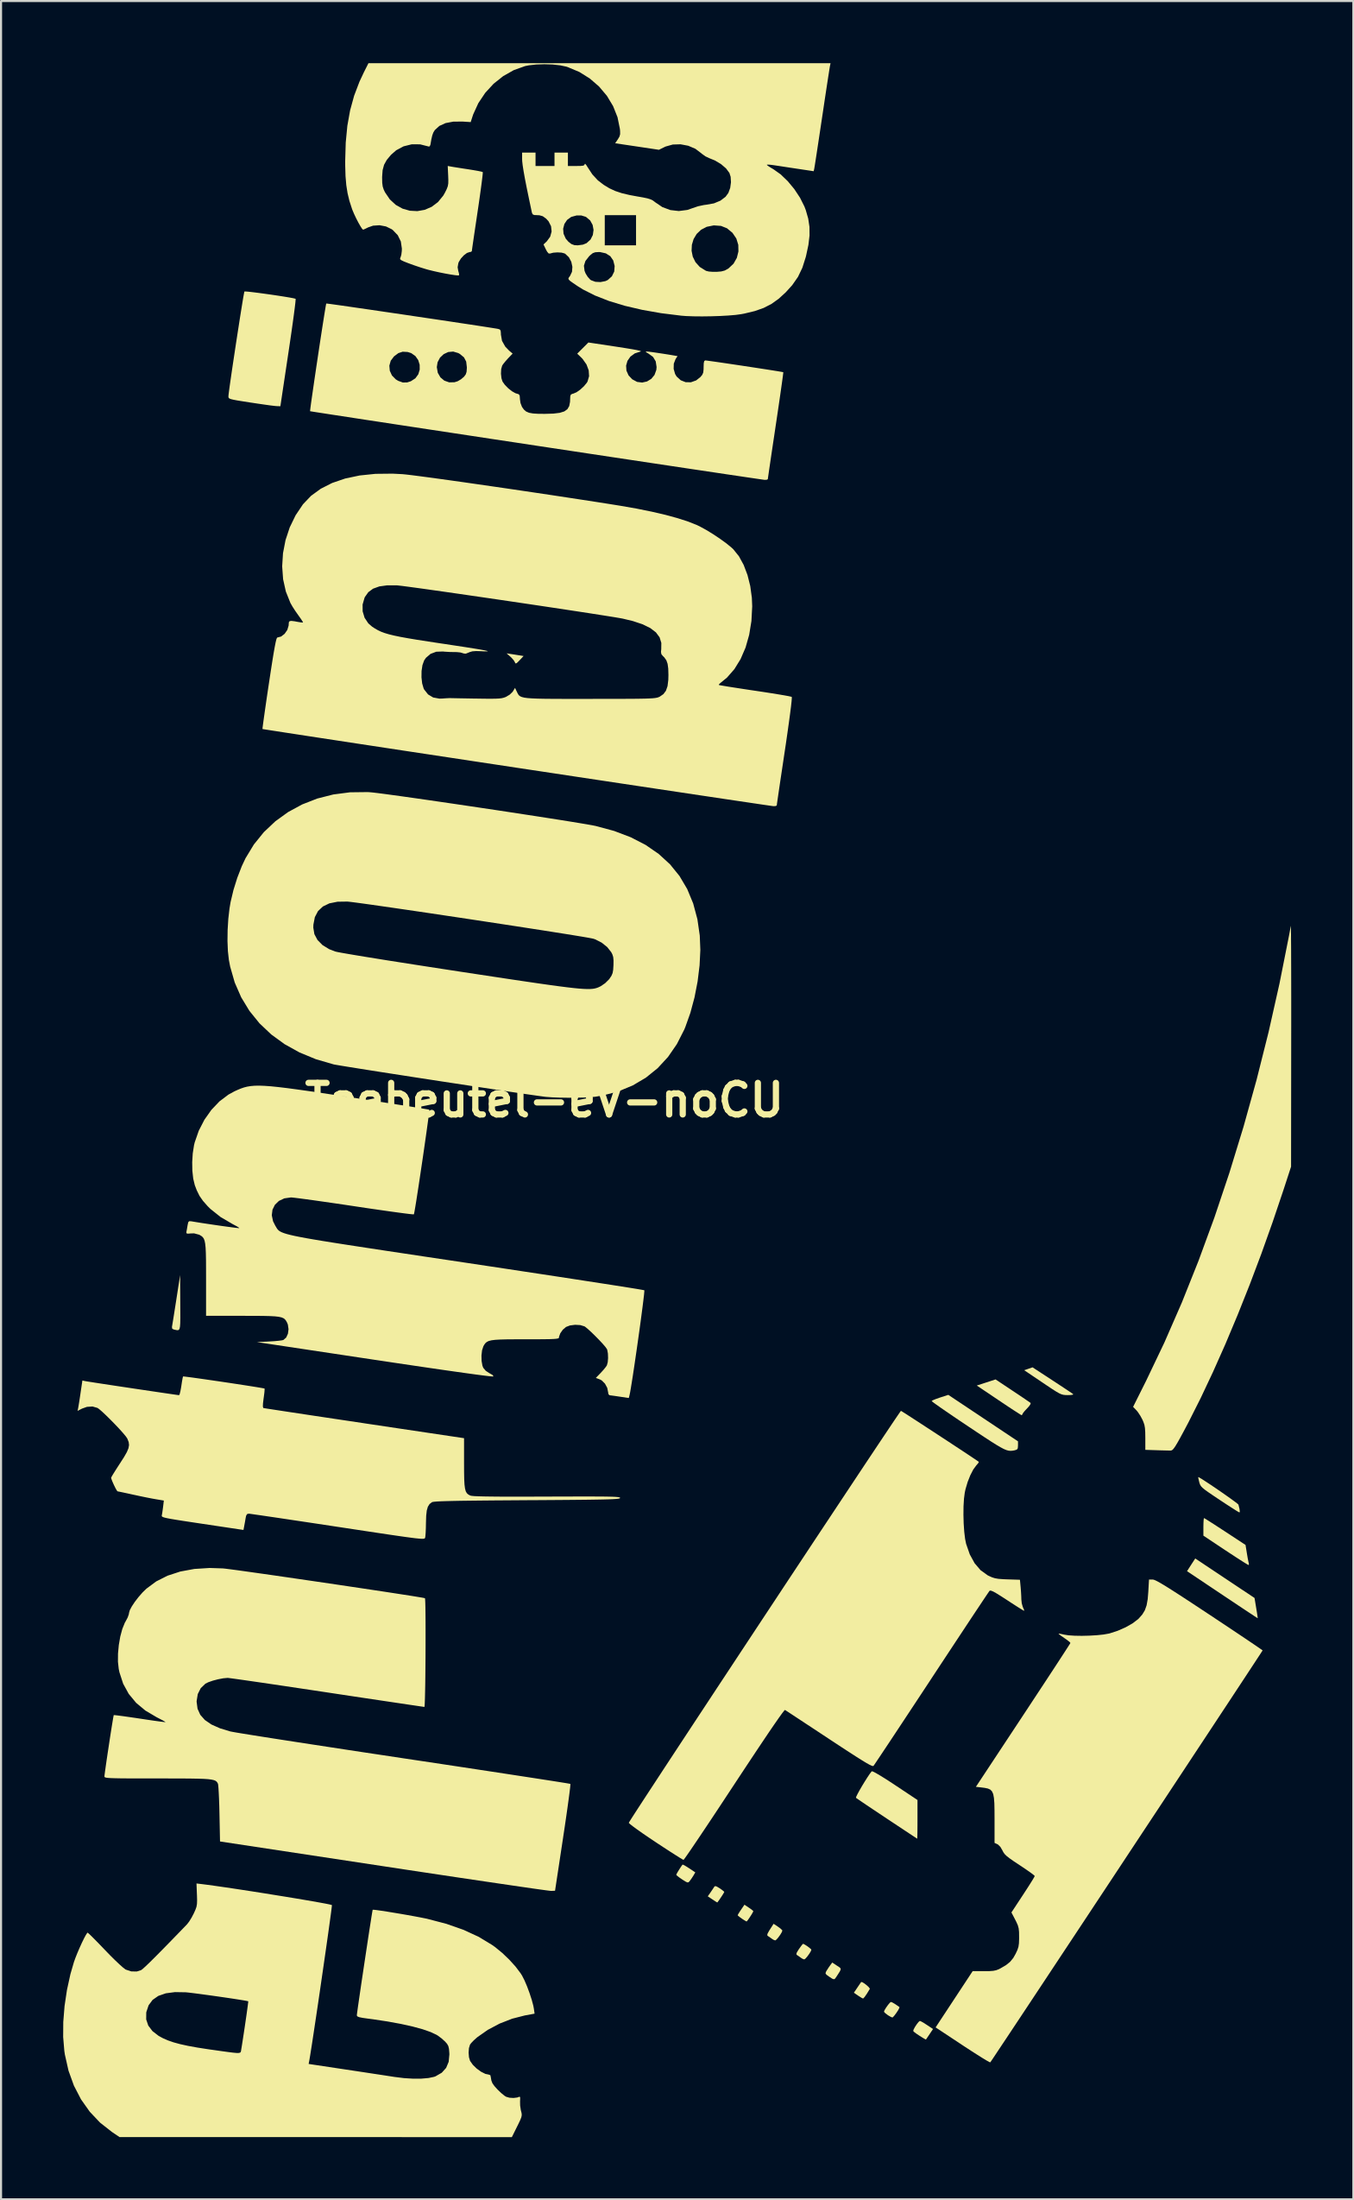
<source format=kicad_pcb>
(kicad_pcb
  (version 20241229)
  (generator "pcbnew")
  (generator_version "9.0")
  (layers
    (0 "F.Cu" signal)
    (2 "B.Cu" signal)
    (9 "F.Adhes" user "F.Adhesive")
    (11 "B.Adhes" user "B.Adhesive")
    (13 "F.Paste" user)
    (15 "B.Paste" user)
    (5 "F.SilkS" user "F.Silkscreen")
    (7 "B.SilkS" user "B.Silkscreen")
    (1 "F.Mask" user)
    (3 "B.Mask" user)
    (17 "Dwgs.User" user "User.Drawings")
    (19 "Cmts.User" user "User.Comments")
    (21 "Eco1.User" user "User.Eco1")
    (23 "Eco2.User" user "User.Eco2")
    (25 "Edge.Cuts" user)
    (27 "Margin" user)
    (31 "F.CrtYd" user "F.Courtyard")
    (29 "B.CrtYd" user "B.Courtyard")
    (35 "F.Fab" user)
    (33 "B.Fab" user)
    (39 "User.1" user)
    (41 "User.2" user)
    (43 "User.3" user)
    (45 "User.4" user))
  (footprint "Teebeutel-eV-noCU"
    (layer "F.Cu")
    (at 23.24 50.045)
    (property "Reference" "Teebeutel-eV-noCU" (at 0 0 0) (layer "F.SilkS") (effects (font (size 1.524 1.524) (thickness 0.3))))
    (attr board_only exclude_from_pos_files exclude_from_bom)
    (fp_poly (pts (xy -1.629 -21.533) (xy -1.432 -21.503) (xy -1.228 -21.47) (xy -1.218 -21.469) (xy -1.008 -21.435) (xy -1.2 -21.231) (xy -1.314 -21.116) (xy -1.377 -21.073) (xy -1.411 -21.093) (xy -1.427 -21.134) (xy -1.488 -21.235) (xy -1.599 -21.359) (xy -1.645 -21.402) (xy -1.829 -21.564)) (stroke (width 0) (type solid)) (fill yes) (layer "F.SilkS"))
    (fp_poly (pts (xy 15.345 42.566) (xy 15.444 42.626) (xy 15.558 42.713) (xy 15.656 42.804) (xy 15.709 42.875) (xy 15.709 42.893) (xy 15.568 43.124) (xy 15.46 43.28) (xy 15.393 43.351) (xy 15.382 43.355) (xy 15.317 43.325) (xy 15.2 43.252) (xy 15.142 43.214) (xy 14.941 43.076) (xy 15.11 42.826) (xy 15.205 42.686) (xy 15.272 42.588) (xy 15.292 42.558)) (stroke (width 0) (type solid)) (fill yes) (layer "F.SilkS"))
    (fp_poly (pts (xy 32.855 23.072) (xy 34.287 24.025) (xy 34.367 24.51) (xy 34.402 24.724) (xy 34.427 24.891) (xy 34.44 24.987) (xy 34.44 25.002) (xy 34.395 24.975) (xy 34.271 24.894) (xy 34.076 24.765) (xy 33.821 24.597) (xy 33.516 24.394) (xy 33.17 24.163) (xy 32.793 23.912) (xy 32.73 23.87) (xy 31.027 22.731) (xy 31.225 22.424) (xy 31.424 22.118)) (stroke (width 0) (type solid)) (fill yes) (layer "F.SilkS"))
    (fp_poly (pts (xy 11.275 39.889) (xy 11.4 39.981) (xy 11.476 40.055) (xy 11.487 40.077) (xy 11.457 40.16) (xy 11.383 40.282) (xy 11.29 40.41) (xy 11.202 40.511) (xy 11.143 40.552) (xy 11.142 40.552) (xy 11.056 40.52) (xy 10.974 40.467) (xy 10.859 40.384) (xy 10.79 40.34) (xy 10.756 40.299) (xy 10.773 40.223) (xy 10.845 40.091) (xy 10.888 40.023) (xy 11.064 39.749)) (stroke (width 0) (type solid)) (fill yes) (layer "F.SilkS"))
    (fp_poly (pts (xy 14.122 41.769) (xy 14.232 41.84) (xy 14.293 41.893) (xy 14.305 41.952) (xy 14.265 42.042) (xy 14.174 42.186) (xy 14.096 42.306) (xy 14.033 42.396) (xy 13.976 42.427) (xy 13.896 42.399) (xy 13.761 42.311) (xy 13.739 42.296) (xy 13.618 42.208) (xy 13.572 42.146) (xy 13.588 42.076) (xy 13.623 42.013) (xy 13.72 41.861) (xy 13.803 41.744) (xy 13.896 41.62)) (stroke (width 0) (type solid)) (fill yes) (layer "F.SilkS"))
    (fp_poly (pts (xy 6.718 36.908) (xy 6.832 36.972) (xy 6.985 37.069) (xy 7.284 37.268) (xy 7.196 37.418) (xy 7.101 37.565) (xy 7.018 37.679) (xy 6.967 37.738) (xy 6.916 37.755) (xy 6.838 37.726) (xy 6.707 37.646) (xy 6.647 37.607) (xy 6.499 37.505) (xy 6.397 37.423) (xy 6.363 37.383) (xy 6.39 37.324) (xy 6.456 37.21) (xy 6.541 37.075) (xy 6.622 36.953) (xy 6.668 36.892)) (stroke (width 0) (type solid)) (fill yes) (layer "F.SilkS"))
    (fp_poly (pts (xy 9.871 38.971) (xy 9.996 39.059) (xy 10.073 39.123) (xy 10.085 39.14) (xy 10.058 39.201) (xy 9.992 39.314) (xy 9.907 39.445) (xy 9.827 39.561) (xy 9.771 39.63) (xy 9.76 39.637) (xy 9.702 39.609) (xy 9.59 39.539) (xy 9.531 39.5) (xy 9.41 39.412) (xy 9.338 39.349) (xy 9.33 39.335) (xy 9.358 39.278) (xy 9.43 39.162) (xy 9.493 39.068) (xy 9.657 38.829)) (stroke (width 0) (type solid)) (fill yes) (layer "F.SilkS"))
    (fp_poly (pts (xy 18.194 44.464) (xy 18.321 44.537) (xy 18.469 44.632) (xy 18.763 44.827) (xy 18.595 45.077) (xy 18.502 45.215) (xy 18.438 45.309) (xy 18.42 45.336) (xy 18.376 45.315) (xy 18.265 45.25) (xy 18.119 45.159) (xy 17.964 45.056) (xy 17.851 44.971) (xy 17.806 44.924) (xy 17.824 44.853) (xy 17.887 44.733) (xy 17.973 44.602) (xy 18.059 44.492) (xy 18.122 44.438) (xy 18.128 44.437)) (stroke (width 0) (type solid)) (fill yes) (layer "F.SilkS"))
    (fp_poly (pts (xy -17.586 9.774) (xy -17.584 10.193) (xy -17.583 10.515) (xy -17.587 10.754) (xy -17.598 10.92) (xy -17.619 11.025) (xy -17.652 11.082) (xy -17.7 11.102) (xy -17.767 11.097) (xy -17.854 11.078) (xy -17.889 11.071) (xy -17.973 11.034) (xy -17.987 10.945) (xy -17.98 10.903) (xy -17.964 10.808) (xy -17.934 10.625) (xy -17.893 10.37) (xy -17.845 10.063) (xy -17.791 9.721) (xy -17.772 9.599) (xy -17.592 8.44)) (stroke (width 0) (type solid)) (fill yes) (layer "F.SilkS"))
    (fp_poly (pts (xy 8.31 37.946) (xy 8.438 38.021) (xy 8.461 38.036) (xy 8.589 38.126) (xy 8.669 38.193) (xy 8.682 38.212) (xy 8.655 38.266) (xy 8.588 38.374) (xy 8.502 38.504) (xy 8.419 38.625) (xy 8.359 38.705) (xy 8.343 38.72) (xy 8.296 38.693) (xy 8.188 38.624) (xy 8.109 38.572) (xy 7.886 38.424) (xy 8.018 38.235) (xy 8.111 38.097) (xy 8.183 37.988) (xy 8.195 37.968) (xy 8.237 37.93)) (stroke (width 0) (type solid)) (fill yes) (layer "F.SilkS"))
    (fp_poly (pts (xy 24.524 13.518) (xy 24.811 13.706) (xy 25.069 13.876) (xy 25.283 14.018) (xy 25.439 14.123) (xy 25.523 14.182) (xy 25.532 14.189) (xy 25.513 14.215) (xy 25.405 14.23) (xy 25.262 14.234) (xy 25.151 14.231) (xy 25.054 14.22) (xy 24.958 14.193) (xy 24.845 14.142) (xy 24.701 14.059) (xy 24.508 13.936) (xy 24.252 13.765) (xy 24.054 13.632) (xy 23.165 13.033) (xy 23.367 12.964) (xy 23.568 12.894)) (stroke (width 0) (type solid)) (fill yes) (layer "F.SilkS"))
    (fp_poly (pts (xy 12.555 40.744) (xy 12.665 40.813) (xy 12.78 40.896) (xy 12.866 40.969) (xy 12.888 41) (xy 12.859 41.079) (xy 12.785 41.2) (xy 12.692 41.327) (xy 12.604 41.428) (xy 12.545 41.469) (xy 12.545 41.469) (xy 12.458 41.437) (xy 12.376 41.384) (xy 12.262 41.302) (xy 12.194 41.258) (xy 12.162 41.215) (xy 12.185 41.135) (xy 12.268 40.998) (xy 12.291 40.965) (xy 12.388 40.829) (xy 12.461 40.738) (xy 12.488 40.715)) (stroke (width 0) (type solid)) (fill yes) (layer "F.SilkS"))
    (fp_poly (pts (xy 16.805 43.549) (xy 16.935 43.626) (xy 17.091 43.732) (xy 17.142 43.769) (xy 17.131 43.821) (xy 17.074 43.926) (xy 16.99 44.053) (xy 16.901 44.173) (xy 16.828 44.254) (xy 16.799 44.271) (xy 16.722 44.241) (xy 16.601 44.171) (xy 16.57 44.15) (xy 16.458 44.065) (xy 16.398 44.001) (xy 16.395 43.99) (xy 16.423 43.914) (xy 16.495 43.796) (xy 16.586 43.668) (xy 16.671 43.565) (xy 16.728 43.52) (xy 16.73 43.52)) (stroke (width 0) (type solid)) (fill yes) (layer "F.SilkS"))
    (fp_poly (pts (xy 22.607 14.026) (xy 22.872 14.202) (xy 23.107 14.36) (xy 23.296 14.489) (xy 23.425 14.578) (xy 23.477 14.616) (xy 23.467 14.673) (xy 23.395 14.777) (xy 23.302 14.879) (xy 23.182 15.007) (xy 23.102 15.11) (xy 23.081 15.154) (xy 23.05 15.203) (xy 23.041 15.204) (xy 22.986 15.174) (xy 22.856 15.092) (xy 22.661 14.967) (xy 22.416 14.806) (xy 22.134 14.618) (xy 21.937 14.486) (xy 20.875 13.772) (xy 21.328 13.625) (xy 21.782 13.477)) (stroke (width 0) (type solid)) (fill yes) (layer "F.SilkS"))
    (fp_poly (pts (xy 31.898 20.197) (xy 32.026 20.276) (xy 32.218 20.398) (xy 32.459 20.553) (xy 32.737 20.734) (xy 32.864 20.817) (xy 33.852 21.465) (xy 33.919 21.879) (xy 33.954 22.086) (xy 33.987 22.255) (xy 34.01 22.355) (xy 34.013 22.363) (xy 34.012 22.426) (xy 33.994 22.433) (xy 33.938 22.404) (xy 33.805 22.323) (xy 33.609 22.199) (xy 33.362 22.04) (xy 33.077 21.853) (xy 32.882 21.725) (xy 31.817 21.017) (xy 31.817 20.593) (xy 31.821 20.395) (xy 31.83 20.246) (xy 31.843 20.173) (xy 31.846 20.169)) (stroke (width 0) (type solid)) (fill yes) (layer "F.SilkS"))
    (fp_poly (pts (xy 21.183 15.344) (xy 22.865 16.465) (xy 22.865 16.666) (xy 22.855 16.801) (xy 22.807 16.866) (xy 22.697 16.9) (xy 22.599 16.917) (xy 22.508 16.924) (xy 22.414 16.916) (xy 22.308 16.888) (xy 22.179 16.834) (xy 22.018 16.749) (xy 21.814 16.629) (xy 21.559 16.469) (xy 21.242 16.262) (xy 20.853 16.005) (xy 20.466 15.747) (xy 20.076 15.486) (xy 19.716 15.243) (xy 19.396 15.024) (xy 19.125 14.837) (xy 18.912 14.687) (xy 18.767 14.581) (xy 18.7 14.526) (xy 18.696 14.52) (xy 18.749 14.485) (xy 18.879 14.43) (xy 19.06 14.365) (xy 19.103 14.351) (xy 19.5 14.222)) (stroke (width 0) (type solid)) (fill yes) (layer "F.SilkS"))
    (fp_poly (pts (xy 31.618 18.21) (xy 31.74 18.283) (xy 31.918 18.398) (xy 32.138 18.542) (xy 32.383 18.707) (xy 32.637 18.881) (xy 32.885 19.054) (xy 33.112 19.214) (xy 33.301 19.352) (xy 33.438 19.455) (xy 33.506 19.515) (xy 33.51 19.522) (xy 33.561 19.728) (xy 33.576 19.858) (xy 33.558 19.898) (xy 33.502 19.869) (xy 33.371 19.789) (xy 33.179 19.667) (xy 32.939 19.512) (xy 32.666 19.332) (xy 32.599 19.288) (xy 32.29 19.081) (xy 32.058 18.923) (xy 31.891 18.803) (xy 31.778 18.71) (xy 31.705 18.634) (xy 31.661 18.563) (xy 31.632 18.487) (xy 31.619 18.44) (xy 31.584 18.296) (xy 31.567 18.205) (xy 31.568 18.19)) (stroke (width 0) (type solid)) (fill yes) (layer "F.SilkS"))
    (fp_poly (pts (xy 15.863 32.402) (xy 16 32.472) (xy 16.207 32.593) (xy 16.475 32.759) (xy 16.795 32.966) (xy 16.932 33.057) (xy 18.012 33.775) (xy 18.012 34.711) (xy 18.011 35.014) (xy 18.009 35.276) (xy 18.006 35.479) (xy 18.002 35.606) (xy 17.998 35.642) (xy 17.952 35.612) (xy 17.826 35.529) (xy 17.632 35.401) (xy 17.381 35.235) (xy 17.082 35.037) (xy 16.747 34.815) (xy 16.536 34.675) (xy 16.183 34.44) (xy 15.857 34.223) (xy 15.572 34.032) (xy 15.337 33.873) (xy 15.163 33.754) (xy 15.062 33.684) (xy 15.041 33.668) (xy 15.055 33.612) (xy 15.116 33.487) (xy 15.211 33.312) (xy 15.329 33.108) (xy 15.458 32.896) (xy 15.585 32.695) (xy 15.698 32.526) (xy 15.785 32.409) (xy 15.804 32.388)) (stroke (width 0) (type solid)) (fill yes) (layer "F.SilkS"))
    (fp_poly (pts (xy -14.279 -39.016) (xy -14.062 -38.991) (xy -13.793 -38.957) (xy -13.491 -38.916) (xy -13.176 -38.872) (xy -12.865 -38.826) (xy -12.577 -38.781) (xy -12.33 -38.74) (xy -12.143 -38.706) (xy -12.034 -38.68) (xy -12.015 -38.673) (xy -12.016 -38.614) (xy -12.031 -38.46) (xy -12.06 -38.219) (xy -12.101 -37.904) (xy -12.153 -37.524) (xy -12.214 -37.089) (xy -12.284 -36.61) (xy -12.36 -36.098) (xy -12.365 -36.064) (xy -12.752 -33.489) (xy -12.942 -33.496) (xy -13.053 -33.507) (xy -13.251 -33.531) (xy -13.516 -33.568) (xy -13.827 -33.613) (xy -14.165 -33.664) (xy -14.196 -33.668) (xy -14.558 -33.725) (xy -14.827 -33.768) (xy -15.017 -33.804) (xy -15.141 -33.834) (xy -15.214 -33.863) (xy -15.249 -33.896) (xy -15.26 -33.935) (xy -15.26 -33.971) (xy -15.252 -34.062) (xy -15.229 -34.242) (xy -15.194 -34.499) (xy -15.148 -34.82) (xy -15.094 -35.193) (xy -15.033 -35.604) (xy -14.967 -36.041) (xy -14.899 -36.49) (xy -14.83 -36.94) (xy -14.762 -37.377) (xy -14.698 -37.789) (xy -14.638 -38.163) (xy -14.586 -38.485) (xy -14.543 -38.743) (xy -14.51 -38.925) (xy -14.491 -39.018) (xy -14.488 -39.027) (xy -14.428 -39.028)) (stroke (width 0) (type solid)) (fill yes) (layer "F.SilkS"))
    (fp_poly (pts (xy 36.042 -8.378) (xy 36.045 -8.243) (xy 36.048 -8.012) (xy 36.05 -7.695) (xy 36.053 -7.296) (xy 36.054 -6.822) (xy 36.056 -6.282) (xy 36.057 -5.68) (xy 36.058 -5.024) (xy 36.058 -4.32) (xy 36.058 -3.576) (xy 36.057 -2.798) (xy 36.057 -2.669) (xy 36.051 3.209) (xy 35.683 4.336) (xy 35.162 5.88) (xy 34.617 7.409) (xy 34.051 8.909) (xy 33.469 10.369) (xy 32.878 11.776) (xy 32.281 13.117) (xy 31.685 14.381) (xy 31.094 15.554) (xy 30.877 15.963) (xy 30.699 16.292) (xy 30.562 16.536) (xy 30.458 16.708) (xy 30.379 16.819) (xy 30.318 16.882) (xy 30.265 16.907) (xy 30.245 16.91) (xy 30.138 16.909) (xy 29.954 16.905) (xy 29.722 16.899) (xy 29.566 16.894) (xy 29.013 16.876) (xy 29.013 16.298) (xy 29.009 16.023) (xy 28.996 15.825) (xy 28.969 15.671) (xy 28.921 15.53) (xy 28.875 15.423) (xy 28.77 15.228) (xy 28.65 15.048) (xy 28.58 14.964) (xy 28.423 14.801) (xy 29.056 13.535) (xy 29.933 11.698) (xy 30.777 9.766) (xy 31.583 7.749) (xy 32.351 5.657) (xy 33.075 3.498) (xy 33.755 1.281) (xy 34.386 -0.985) (xy 34.966 -3.29) (xy 35.491 -5.625) (xy 35.96 -7.982) (xy 36.039 -8.413)) (stroke (width 0) (type solid)) (fill yes) (layer "F.SilkS"))
    (fp_poly (pts (xy 29.425 23.145) (xy 29.509 23.179) (xy 29.629 23.24) (xy 29.791 23.332) (xy 30.002 23.459) (xy 30.269 23.627) (xy 30.597 23.837) (xy 30.995 24.096) (xy 31.467 24.406) (xy 32.021 24.772) (xy 32.112 24.831) (xy 32.583 25.144) (xy 33.026 25.438) (xy 33.433 25.71) (xy 33.796 25.953) (xy 34.108 26.163) (xy 34.359 26.333) (xy 34.542 26.459) (xy 34.65 26.535) (xy 34.676 26.556) (xy 34.646 26.603) (xy 34.561 26.735) (xy 34.422 26.947) (xy 34.234 27.233) (xy 33.999 27.59) (xy 33.721 28.013) (xy 33.403 28.495) (xy 33.049 29.033) (xy 32.661 29.62) (xy 32.243 30.254) (xy 31.798 30.928) (xy 31.329 31.637) (xy 30.841 32.377) (xy 30.335 33.142) (xy 29.816 33.928) (xy 29.286 34.729) (xy 28.748 35.542) (xy 28.207 36.36) (xy 27.666 37.179) (xy 27.127 37.994) (xy 26.594 38.799) (xy 26.07 39.591) (xy 25.558 40.364) (xy 25.062 41.113) (xy 24.585 41.833) (xy 24.131 42.519) (xy 23.702 43.166) (xy 23.302 43.77) (xy 22.934 44.325) (xy 22.601 44.826) (xy 22.307 45.269) (xy 22.054 45.648) (xy 21.847 45.959) (xy 21.689 46.197) (xy 21.582 46.356) (xy 21.53 46.431) (xy 21.526 46.437) (xy 21.474 46.417) (xy 21.343 46.344) (xy 21.146 46.225) (xy 20.895 46.067) (xy 20.599 45.878) (xy 20.272 45.665) (xy 20.189 45.61) (xy 18.887 44.75) (xy 20.676 42.034) (xy 21.218 42.035) (xy 21.483 42.033) (xy 21.671 42.019) (xy 21.813 41.99) (xy 21.94 41.941) (xy 22.003 41.909) (xy 22.281 41.747) (xy 22.483 41.585) (xy 22.638 41.396) (xy 22.753 41.193) (xy 22.837 41.013) (xy 22.887 40.86) (xy 22.911 40.692) (xy 22.919 40.469) (xy 22.919 40.387) (xy 22.916 40.146) (xy 22.898 39.971) (xy 22.858 39.823) (xy 22.786 39.661) (xy 22.734 39.558) (xy 22.548 39.202) (xy 23.111 38.346) (xy 23.287 38.076) (xy 23.441 37.836) (xy 23.563 37.641) (xy 23.643 37.505) (xy 23.674 37.444) (xy 23.674 37.444) (xy 23.631 37.4) (xy 23.513 37.309) (xy 23.334 37.182) (xy 23.11 37.029) (xy 22.946 36.92) (xy 22.666 36.735) (xy 22.463 36.592) (xy 22.32 36.481) (xy 22.224 36.387) (xy 22.159 36.297) (xy 22.113 36.207) (xy 22.013 36.036) (xy 21.897 35.922) (xy 21.871 35.908) (xy 21.733 35.845) (xy 21.733 34.718) (xy 21.731 34.281) (xy 21.724 33.939) (xy 21.704 33.679) (xy 21.669 33.491) (xy 21.611 33.36) (xy 21.528 33.274) (xy 21.412 33.222) (xy 21.26 33.19) (xy 21.107 33.17) (xy 20.832 33.139) (xy 23.113 29.687) (xy 23.475 29.138) (xy 23.82 28.614) (xy 24.143 28.124) (xy 24.439 27.673) (xy 24.704 27.269) (xy 24.932 26.919) (xy 25.12 26.63) (xy 25.263 26.409) (xy 25.356 26.263) (xy 25.395 26.198) (xy 25.396 26.196) (xy 25.357 26.148) (xy 25.249 26.062) (xy 25.103 25.959) (xy 24.955 25.857) (xy 24.853 25.78) (xy 24.821 25.745) (xy 24.878 25.748) (xy 25.003 25.773) (xy 25.078 25.791) (xy 25.299 25.826) (xy 25.597 25.846) (xy 25.945 25.852) (xy 26.314 25.843) (xy 26.675 25.822) (xy 26.999 25.788) (xy 27.258 25.742) (xy 27.295 25.733) (xy 27.686 25.605) (xy 28.063 25.439) (xy 28.397 25.25) (xy 28.658 25.052) (xy 28.696 25.016) (xy 28.868 24.821) (xy 28.991 24.617) (xy 29.075 24.379) (xy 29.128 24.083) (xy 29.157 23.732) (xy 29.191 23.135) (xy 29.37 23.135)) (stroke (width 0) (type solid)) (fill yes) (layer "F.SilkS"))
    (fp_poly (pts (xy 17.262 15.022) (xy 17.389 15.102) (xy 17.583 15.226) (xy 17.832 15.388) (xy 18.126 15.578) (xy 18.452 15.791) (xy 18.799 16.017) (xy 19.156 16.251) (xy 19.511 16.483) (xy 19.852 16.708) (xy 20.169 16.916) (xy 20.449 17.101) (xy 20.681 17.256) (xy 20.853 17.371) (xy 20.955 17.441) (xy 20.974 17.455) (xy 20.956 17.502) (xy 20.882 17.593) (xy 20.856 17.621) (xy 20.708 17.821) (xy 20.564 18.099) (xy 20.434 18.426) (xy 20.332 18.771) (xy 20.296 18.935) (xy 20.257 19.234) (xy 20.235 19.602) (xy 20.231 20.009) (xy 20.242 20.425) (xy 20.269 20.821) (xy 20.31 21.165) (xy 20.359 21.409) (xy 20.537 21.921) (xy 20.771 22.348) (xy 21.058 22.684) (xy 21.398 22.929) (xy 21.455 22.958) (xy 21.608 23.027) (xy 21.751 23.072) (xy 21.917 23.101) (xy 22.136 23.118) (xy 22.359 23.127) (xy 22.959 23.146) (xy 22.993 23.505) (xy 23.011 23.734) (xy 23.023 23.96) (xy 23.027 24.095) (xy 23.047 24.284) (xy 23.096 24.457) (xy 23.109 24.486) (xy 23.156 24.593) (xy 23.162 24.644) (xy 23.159 24.645) (xy 23.106 24.617) (xy 22.977 24.539) (xy 22.79 24.42) (xy 22.558 24.271) (xy 22.341 24.129) (xy 22.047 23.939) (xy 21.83 23.804) (xy 21.677 23.718) (xy 21.576 23.676) (xy 21.515 23.669) (xy 21.488 23.684) (xy 21.45 23.739) (xy 21.356 23.877) (xy 21.212 24.092) (xy 21.021 24.379) (xy 20.787 24.729) (xy 20.516 25.138) (xy 20.212 25.598) (xy 19.877 26.104) (xy 19.518 26.648) (xy 19.138 27.224) (xy 18.741 27.826) (xy 18.688 27.908) (xy 18.289 28.513) (xy 17.906 29.093) (xy 17.544 29.641) (xy 17.206 30.152) (xy 16.897 30.619) (xy 16.622 31.034) (xy 16.383 31.393) (xy 16.186 31.688) (xy 16.035 31.913) (xy 15.935 32.062) (xy 15.888 32.128) (xy 15.886 32.13) (xy 15.855 32.137) (xy 15.792 32.118) (xy 15.691 32.07) (xy 15.543 31.987) (xy 15.343 31.866) (xy 15.083 31.703) (xy 14.756 31.493) (xy 14.356 31.232) (xy 13.875 30.916) (xy 13.747 30.832) (xy 13.323 30.552) (xy 12.924 30.289) (xy 12.562 30.051) (xy 12.245 29.842) (xy 11.982 29.669) (xy 11.783 29.538) (xy 11.657 29.456) (xy 11.614 29.428) (xy 11.573 29.466) (xy 11.475 29.592) (xy 11.323 29.803) (xy 11.118 30.097) (xy 10.861 30.472) (xy 10.556 30.925) (xy 10.203 31.453) (xy 9.804 32.054) (xy 9.361 32.724) (xy 9.16 33.029) (xy 8.788 33.593) (xy 8.433 34.131) (xy 8.099 34.635) (xy 7.79 35.098) (xy 7.511 35.515) (xy 7.266 35.877) (xy 7.061 36.18) (xy 6.899 36.415) (xy 6.785 36.576) (xy 6.723 36.657) (xy 6.714 36.665) (xy 6.657 36.635) (xy 6.522 36.554) (xy 6.32 36.427) (xy 6.065 36.264) (xy 5.767 36.07) (xy 5.438 35.854) (xy 5.366 35.806) (xy 5.034 35.584) (xy 4.734 35.379) (xy 4.476 35.197) (xy 4.273 35.048) (xy 4.135 34.94) (xy 4.074 34.88) (xy 4.072 34.875) (xy 4.101 34.824) (xy 4.186 34.688) (xy 4.325 34.472) (xy 4.513 34.182) (xy 4.748 33.821) (xy 5.026 33.396) (xy 5.344 32.911) (xy 5.698 32.37) (xy 6.086 31.78) (xy 6.504 31.144) (xy 6.949 30.468) (xy 7.417 29.757) (xy 7.906 29.016) (xy 8.411 28.249) (xy 8.931 27.462) (xy 9.46 26.66) (xy 9.997 25.847) (xy 10.538 25.028) (xy 11.08 24.209) (xy 11.618 23.394) (xy 12.151 22.589) (xy 12.675 21.798) (xy 13.186 21.026) (xy 13.682 20.279) (xy 14.159 19.56) (xy 14.613 18.876) (xy 15.041 18.231) (xy 15.441 17.629) (xy 15.809 17.077) (xy 16.141 16.579) (xy 16.435 16.139) (xy 16.687 15.763) (xy 16.893 15.456) (xy 17.052 15.223) (xy 17.158 15.069) (xy 17.209 14.998) (xy 17.213 14.994)) (stroke (width 0) (type solid)) (fill yes) (layer "F.SilkS"))
    (fp_poly (pts (xy -8.44 -14.862) (xy -8.29 -14.848) (xy -8.044 -14.819) (xy -7.71 -14.776) (xy -7.298 -14.72) (xy -6.818 -14.654) (xy -6.28 -14.578) (xy -5.693 -14.494) (xy -5.066 -14.403) (xy -4.409 -14.307) (xy -3.732 -14.207) (xy -3.045 -14.105) (xy -2.357 -14.002) (xy -1.677 -13.899) (xy -1.015 -13.798) (xy -0.381 -13.701) (xy 0.216 -13.608) (xy 0.765 -13.522) (xy 1.259 -13.443) (xy 1.686 -13.373) (xy 2.037 -13.314) (xy 2.303 -13.267) (xy 2.474 -13.233) (xy 2.476 -13.232) (xy 3.366 -12.992) (xy 4.169 -12.687) (xy 4.885 -12.318) (xy 5.516 -11.883) (xy 6.061 -11.384) (xy 6.52 -10.819) (xy 6.893 -10.189) (xy 7.181 -9.494) (xy 7.385 -8.732) (xy 7.499 -7.944) (xy 7.527 -7.252) (xy 7.49 -6.506) (xy 7.395 -5.731) (xy 7.245 -4.958) (xy 7.045 -4.213) (xy 6.8 -3.525) (xy 6.751 -3.407) (xy 6.394 -2.706) (xy 5.965 -2.084) (xy 5.465 -1.543) (xy 4.897 -1.085) (xy 4.263 -0.711) (xy 3.568 -0.423) (xy 2.813 -0.225) (xy 2.457 -0.166) (xy 2.213 -0.142) (xy 1.889 -0.126) (xy 1.514 -0.118) (xy 1.118 -0.117) (xy 0.728 -0.123) (xy 0.372 -0.137) (xy 0.079 -0.158) (xy -0.01 -0.168) (xy -0.229 -0.198) (xy -0.535 -0.241) (xy -0.916 -0.296) (xy -1.365 -0.362) (xy -1.872 -0.437) (xy -2.427 -0.52) (xy -3.02 -0.61) (xy -3.644 -0.704) (xy -4.287 -0.802) (xy -4.941 -0.901) (xy -5.596 -1.002) (xy -6.243 -1.101) (xy -6.873 -1.199) (xy -7.475 -1.292) (xy -8.041 -1.38) (xy -8.562 -1.462) (xy -9.027 -1.536) (xy -9.428 -1.6) (xy -9.754 -1.653) (xy -9.997 -1.694) (xy -10.148 -1.72) (xy -10.184 -1.728) (xy -11.04 -1.977) (xy -11.829 -2.303) (xy -12.548 -2.702) (xy -13.192 -3.171) (xy -13.759 -3.707) (xy -14.244 -4.306) (xy -14.644 -4.964) (xy -14.956 -5.678) (xy -15.176 -6.444) (xy -15.239 -6.773) (xy -15.286 -7.194) (xy -15.306 -7.685) (xy -15.299 -8.214) (xy -15.292 -8.326) (xy -11.162 -8.326) (xy -11.11 -8.013) (xy -10.959 -7.73) (xy -10.718 -7.485) (xy -10.395 -7.287) (xy -10.094 -7.172) (xy -9.992 -7.149) (xy -9.791 -7.111) (xy -9.498 -7.06) (xy -9.121 -6.996) (xy -8.668 -6.921) (xy -8.145 -6.837) (xy -7.561 -6.743) (xy -6.923 -6.643) (xy -6.239 -6.536) (xy -5.516 -6.424) (xy -4.761 -6.308) (xy -4.071 -6.202) (xy -3.12 -6.058) (xy -2.268 -5.929) (xy -1.511 -5.815) (xy -0.842 -5.716) (xy -0.256 -5.63) (xy 0.255 -5.558) (xy 0.696 -5.498) (xy 1.073 -5.45) (xy 1.392 -5.413) (xy 1.659 -5.386) (xy 1.882 -5.37) (xy 2.065 -5.363) (xy 2.215 -5.365) (xy 2.337 -5.374) (xy 2.439 -5.392) (xy 2.526 -5.416) (xy 2.605 -5.446) (xy 2.68 -5.482) (xy 2.724 -5.504) (xy 2.93 -5.645) (xy 3.115 -5.828) (xy 3.147 -5.87) (xy 3.237 -6.007) (xy 3.29 -6.134) (xy 3.318 -6.291) (xy 3.332 -6.517) (xy 3.335 -6.748) (xy 3.319 -6.909) (xy 3.278 -7.039) (xy 3.224 -7.143) (xy 3.029 -7.389) (xy 2.761 -7.603) (xy 2.454 -7.76) (xy 2.362 -7.791) (xy 2.263 -7.812) (xy 2.066 -7.848) (xy 1.78 -7.897) (xy 1.412 -7.957) (xy 0.973 -8.028) (xy 0.471 -8.107) (xy -0.086 -8.195) (xy -0.689 -8.288) (xy -1.329 -8.387) (xy -1.998 -8.489) (xy -2.687 -8.594) (xy -3.386 -8.7) (xy -4.089 -8.806) (xy -4.785 -8.91) (xy -5.466 -9.012) (xy -6.123 -9.109) (xy -6.749 -9.201) (xy -7.333 -9.286) (xy -7.868 -9.363) (xy -8.344 -9.431) (xy -8.754 -9.488) (xy -9.087 -9.533) (xy -9.337 -9.565) (xy -9.493 -9.582) (xy -9.521 -9.584) (xy -9.992 -9.577) (xy -10.385 -9.498) (xy -10.699 -9.347) (xy -10.934 -9.125) (xy -11.087 -8.834) (xy -11.157 -8.473) (xy -11.162 -8.326) (xy -15.292 -8.326) (xy -15.266 -8.748) (xy -15.208 -9.253) (xy -15.156 -9.56) (xy -15.017 -10.143) (xy -14.832 -10.734) (xy -14.615 -11.293) (xy -14.435 -11.675) (xy -14.031 -12.34) (xy -13.549 -12.936) (xy -12.994 -13.459) (xy -12.375 -13.906) (xy -11.697 -14.273) (xy -10.969 -14.557) (xy -10.196 -14.753) (xy -9.387 -14.858) (xy -8.548 -14.868)) (stroke (width 0) (type solid)) (fill yes) (layer "F.SilkS"))
    (fp_poly (pts (xy -15.524 22.598) (xy -15.403 22.611) (xy -15.189 22.638) (xy -14.893 22.677) (xy -14.524 22.728) (xy -14.09 22.789) (xy -13.602 22.858) (xy -13.067 22.934) (xy -12.496 23.017) (xy -11.897 23.104) (xy -11.28 23.194) (xy -10.654 23.286) (xy -10.028 23.378) (xy -9.411 23.47) (xy -8.813 23.559) (xy -8.243 23.645) (xy -7.709 23.725) (xy -7.221 23.8) (xy -6.788 23.867) (xy -6.42 23.924) (xy -6.126 23.972) (xy -5.914 24.007) (xy -5.795 24.03) (xy -5.771 24.037) (xy -5.762 24.096) (xy -5.755 24.25) (xy -5.749 24.486) (xy -5.745 24.79) (xy -5.742 25.151) (xy -5.741 25.556) (xy -5.741 25.992) (xy -5.742 26.446) (xy -5.744 26.906) (xy -5.748 27.359) (xy -5.752 27.793) (xy -5.757 28.195) (xy -5.764 28.553) (xy -5.771 28.853) (xy -5.779 29.083) (xy -5.787 29.23) (xy -5.796 29.283) (xy -5.796 29.283) (xy -5.857 29.275) (xy -6.016 29.252) (xy -6.266 29.215) (xy -6.599 29.166) (xy -7.008 29.105) (xy -7.485 29.034) (xy -8.022 28.954) (xy -8.611 28.866) (xy -9.245 28.771) (xy -9.916 28.67) (xy -10.499 28.582) (xy -11.197 28.477) (xy -11.867 28.377) (xy -12.5 28.282) (xy -13.09 28.195) (xy -13.626 28.116) (xy -14.103 28.047) (xy -14.511 27.988) (xy -14.843 27.941) (xy -15.091 27.907) (xy -15.247 27.887) (xy -15.3 27.882) (xy -15.511 27.901) (xy -15.762 27.949) (xy -16.017 28.016) (xy -16.236 28.093) (xy -16.373 28.162) (xy -16.598 28.379) (xy -16.74 28.661) (xy -16.795 28.998) (xy -16.795 29.04) (xy -16.751 29.372) (xy -16.62 29.662) (xy -16.398 29.914) (xy -16.081 30.131) (xy -15.667 30.315) (xy -15.172 30.465) (xy -15.07 30.485) (xy -14.868 30.521) (xy -14.572 30.57) (xy -14.188 30.632) (xy -13.722 30.706) (xy -13.181 30.791) (xy -12.57 30.886) (xy -11.897 30.99) (xy -11.167 31.102) (xy -10.387 31.221) (xy -9.563 31.347) (xy -8.701 31.478) (xy -7.807 31.612) (xy -6.888 31.751) (xy -6.768 31.769) (xy -5.853 31.906) (xy -4.968 32.039) (xy -4.118 32.167) (xy -3.308 32.29) (xy -2.545 32.406) (xy -1.835 32.514) (xy -1.183 32.614) (xy -0.596 32.704) (xy -0.079 32.784) (xy 0.362 32.852) (xy 0.721 32.909) (xy 0.992 32.952) (xy 1.17 32.982) (xy 1.248 32.997) (xy 1.251 32.998) (xy 1.251 33.056) (xy 1.235 33.211) (xy 1.206 33.451) (xy 1.164 33.766) (xy 1.112 34.146) (xy 1.05 34.58) (xy 0.98 35.058) (xy 0.903 35.569) (xy 0.9 35.592) (xy 0.511 38.154) (xy 0.323 38.162) (xy 0.248 38.155) (xy 0.074 38.133) (xy -0.196 38.096) (xy -0.554 38.046) (xy -0.994 37.982) (xy -1.511 37.907) (xy -2.097 37.821) (xy -2.749 37.725) (xy -3.458 37.62) (xy -4.22 37.507) (xy -5.027 37.386) (xy -5.875 37.259) (xy -6.757 37.126) (xy -7.667 36.988) (xy -7.766 36.973) (xy -15.666 35.776) (xy -15.693 34.431) (xy -15.702 34.056) (xy -15.714 33.713) (xy -15.728 33.419) (xy -15.742 33.189) (xy -15.756 33.039) (xy -15.767 32.988) (xy -15.797 32.932) (xy -15.835 32.884) (xy -15.889 32.845) (xy -15.969 32.814) (xy -16.083 32.789) (xy -16.24 32.769) (xy -16.45 32.755) (xy -16.721 32.746) (xy -17.063 32.74) (xy -17.485 32.736) (xy -17.995 32.735) (xy -18.603 32.734) (xy -18.683 32.734) (xy -19.276 32.734) (xy -19.77 32.733) (xy -20.173 32.732) (xy -20.496 32.729) (xy -20.747 32.724) (xy -20.935 32.718) (xy -21.07 32.709) (xy -21.159 32.698) (xy -21.212 32.684) (xy -21.239 32.666) (xy -21.247 32.645) (xy -21.248 32.637) (xy -21.24 32.556) (xy -21.218 32.39) (xy -21.185 32.155) (xy -21.144 31.867) (xy -21.096 31.544) (xy -21.044 31.202) (xy -20.992 30.858) (xy -20.941 30.528) (xy -20.894 30.231) (xy -20.853 29.981) (xy -20.822 29.796) (xy -20.802 29.693) (xy -20.797 29.678) (xy -20.741 29.68) (xy -20.593 29.697) (xy -20.369 29.726) (xy -20.084 29.766) (xy -19.752 29.814) (xy -19.545 29.845) (xy -19.194 29.898) (xy -18.881 29.944) (xy -18.62 29.98) (xy -18.427 30.005) (xy -18.317 30.017) (xy -18.297 30.017) (xy -18.335 29.988) (xy -18.449 29.923) (xy -18.62 29.834) (xy -18.726 29.78) (xy -19.267 29.461) (xy -19.716 29.086) (xy -20.074 28.654) (xy -20.343 28.163) (xy -20.523 27.611) (xy -20.557 27.449) (xy -20.595 27.102) (xy -20.592 26.707) (xy -20.553 26.293) (xy -20.483 25.888) (xy -20.385 25.522) (xy -20.264 25.223) (xy -20.213 25.133) (xy -20.125 24.967) (xy -20.07 24.812) (xy -20.061 24.751) (xy -20.025 24.619) (xy -19.926 24.432) (xy -19.781 24.213) (xy -19.603 23.982) (xy -19.408 23.759) (xy -19.22 23.576) (xy -18.748 23.226) (xy -18.202 22.95) (xy -17.586 22.749) (xy -16.907 22.624) (xy -16.171 22.577)) (stroke (width 0) (type solid)) (fill yes) (layer "F.SilkS"))
    (fp_poly (pts (xy -17.395 13.337) (xy -17.247 13.355) (xy -17.021 13.384) (xy -16.732 13.424) (xy -16.395 13.472) (xy -16.023 13.526) (xy -15.631 13.583) (xy -15.234 13.642) (xy -14.846 13.701) (xy -14.481 13.757) (xy -14.154 13.808) (xy -13.88 13.852) (xy -13.673 13.887) (xy -13.547 13.91) (xy -13.514 13.919) (xy -13.513 13.978) (xy -13.525 14.118) (xy -13.55 14.312) (xy -13.561 14.39) (xy -13.591 14.633) (xy -13.597 14.783) (xy -13.578 14.851) (xy -13.568 14.858) (xy -13.507 14.868) (xy -13.347 14.894) (xy -13.096 14.932) (xy -12.761 14.983) (xy -12.349 15.046) (xy -11.87 15.118) (xy -11.329 15.2) (xy -10.736 15.289) (xy -10.096 15.385) (xy -9.419 15.486) (xy -8.712 15.592) (xy -8.696 15.595) (xy -3.883 16.313) (xy -3.883 17.516) (xy -3.881 17.951) (xy -3.875 18.292) (xy -3.861 18.55) (xy -3.836 18.741) (xy -3.8 18.876) (xy -3.748 18.968) (xy -3.678 19.031) (xy -3.588 19.079) (xy -3.575 19.084) (xy -3.51 19.097) (xy -3.381 19.109) (xy -3.183 19.118) (xy -2.912 19.125) (xy -2.561 19.13) (xy -2.125 19.134) (xy -1.6 19.135) (xy -0.98 19.135) (xy -0.26 19.133) (xy 0.123 19.132) (xy 0.835 19.129) (xy 1.445 19.128) (xy 1.963 19.127) (xy 2.395 19.128) (xy 2.749 19.129) (xy 3.032 19.133) (xy 3.252 19.138) (xy 3.415 19.145) (xy 3.529 19.154) (xy 3.603 19.165) (xy 3.642 19.178) (xy 3.654 19.193) (xy 3.654 19.198) (xy 3.641 19.213) (xy 3.605 19.226) (xy 3.537 19.237) (xy 3.433 19.247) (xy 3.284 19.256) (xy 3.085 19.264) (xy 2.829 19.271) (xy 2.509 19.277) (xy 2.119 19.283) (xy 1.652 19.288) (xy 1.102 19.293) (xy 0.461 19.298) (xy -0.276 19.303) (xy -0.837 19.306) (xy -1.675 19.312) (xy -2.411 19.317) (xy -3.05 19.323) (xy -3.6 19.329) (xy -4.065 19.335) (xy -4.451 19.343) (xy -4.764 19.351) (xy -5.009 19.359) (xy -5.194 19.369) (xy -5.323 19.38) (xy -5.402 19.392) (xy -5.433 19.402) (xy -5.548 19.491) (xy -5.629 19.619) (xy -5.682 19.801) (xy -5.711 20.056) (xy -5.722 20.396) (xy -5.727 20.652) (xy -5.737 20.876) (xy -5.75 21.042) (xy -5.762 21.116) (xy -5.771 21.136) (xy -5.787 21.152) (xy -5.819 21.163) (xy -5.873 21.168) (xy -5.955 21.167) (xy -6.074 21.158) (xy -6.236 21.142) (xy -6.448 21.115) (xy -6.717 21.079) (xy -7.05 21.032) (xy -7.455 20.973) (xy -7.937 20.901) (xy -8.505 20.816) (xy -9.164 20.716) (xy -9.923 20.601) (xy -9.977 20.593) (xy -10.637 20.493) (xy -11.269 20.398) (xy -11.863 20.309) (xy -12.411 20.227) (xy -12.905 20.153) (xy -13.336 20.09) (xy -13.696 20.037) (xy -13.977 19.997) (xy -14.17 19.969) (xy -14.267 19.957) (xy -14.275 19.956) (xy -14.359 19.975) (xy -14.406 20.057) (xy -14.427 20.156) (xy -14.461 20.354) (xy -14.497 20.548) (xy -14.497 20.55) (xy -14.534 20.742) (xy -16.519 20.445) (xy -17.031 20.368) (xy -17.446 20.305) (xy -17.775 20.253) (xy -18.027 20.211) (xy -18.212 20.176) (xy -18.339 20.147) (xy -18.42 20.121) (xy -18.463 20.096) (xy -18.48 20.07) (xy -18.478 20.041) (xy -18.477 20.037) (xy -18.456 19.922) (xy -18.431 19.747) (xy -18.415 19.625) (xy -18.379 19.323) (xy -18.748 19.262) (xy -18.945 19.227) (xy -19.212 19.175) (xy -19.517 19.112) (xy -19.824 19.046) (xy -19.845 19.042) (xy -20.113 18.983) (xy -20.342 18.934) (xy -20.513 18.898) (xy -20.606 18.88) (xy -20.615 18.878) (xy -20.654 18.832) (xy -20.718 18.717) (xy -20.792 18.566) (xy -20.861 18.411) (xy -20.91 18.283) (xy -20.924 18.222) (xy -20.896 18.163) (xy -20.818 18.032) (xy -20.701 17.845) (xy -20.556 17.62) (xy -20.493 17.523) (xy -20.299 17.221) (xy -20.165 16.986) (xy -20.087 16.8) (xy -20.059 16.645) (xy -20.076 16.503) (xy -20.133 16.355) (xy -20.147 16.324) (xy -20.22 16.219) (xy -20.354 16.059) (xy -20.533 15.86) (xy -20.74 15.641) (xy -20.958 15.419) (xy -21.169 15.211) (xy -21.357 15.034) (xy -21.504 14.908) (xy -21.582 14.853) (xy -21.822 14.784) (xy -22.092 14.801) (xy -22.33 14.886) (xy -22.545 14.996) (xy -22.518 14.872) (xy -22.5 14.771) (xy -22.47 14.589) (xy -22.434 14.356) (xy -22.402 14.14) (xy -22.312 13.53) (xy -22.171 13.56) (xy -22.088 13.574) (xy -21.915 13.601) (xy -21.666 13.64) (xy -21.353 13.688) (xy -20.991 13.743) (xy -20.593 13.803) (xy -20.173 13.866) (xy -19.745 13.93) (xy -19.321 13.993) (xy -18.917 14.053) (xy -18.546 14.108) (xy -18.22 14.156) (xy -17.955 14.194) (xy -17.763 14.222) (xy -17.658 14.236) (xy -17.643 14.237) (xy -17.615 14.188) (xy -17.581 14.056) (xy -17.546 13.867) (xy -17.535 13.797) (xy -17.504 13.591) (xy -17.476 13.431) (xy -17.455 13.343) (xy -17.451 13.334)) (stroke (width 0) (type solid)) (fill yes) (layer "F.SilkS"))
    (fp_poly (pts (xy -10.482 -38.442) (xy -10.331 -38.423) (xy -10.093 -38.39) (xy -9.778 -38.346) (xy -9.396 -38.291) (xy -8.957 -38.227) (xy -8.47 -38.157) (xy -7.946 -38.08) (xy -7.395 -37.999) (xy -6.826 -37.916) (xy -6.249 -37.83) (xy -5.675 -37.745) (xy -5.112 -37.662) (xy -4.572 -37.581) (xy -4.063 -37.504) (xy -3.596 -37.434) (xy -3.181 -37.371) (xy -2.827 -37.316) (xy -2.544 -37.272) (xy -2.343 -37.24) (xy -2.251 -37.224) (xy -2.161 -37.197) (xy -2.117 -37.14) (xy -2.104 -37.02) (xy -2.103 -36.947) (xy -2.05 -36.646) (xy -1.894 -36.368) (xy -1.708 -36.175) (xy -1.537 -36.03) (xy -1.76 -35.798) (xy -1.892 -35.65) (xy -1.999 -35.516) (xy -2.043 -35.448) (xy -2.09 -35.278) (xy -2.1 -35.058) (xy -2.076 -34.838) (xy -2.026 -34.682) (xy -1.913 -34.522) (xy -1.75 -34.356) (xy -1.569 -34.213) (xy -1.403 -34.119) (xy -1.346 -34.101) (xy -1.244 -34.07) (xy -1.198 -34.008) (xy -1.186 -33.879) (xy -1.186 -33.846) (xy -1.157 -33.645) (xy -1.086 -33.46) (xy -1.081 -33.451) (xy -0.99 -33.325) (xy -0.885 -33.235) (xy -0.745 -33.175) (xy -0.552 -33.14) (xy -0.287 -33.124) (xy 0.032 -33.122) (xy 0.431 -33.134) (xy 0.736 -33.171) (xy 0.958 -33.24) (xy 1.107 -33.347) (xy 1.196 -33.499) (xy 1.235 -33.702) (xy 1.24 -33.835) (xy 1.247 -33.983) (xy 1.281 -34.058) (xy 1.363 -34.093) (xy 1.4 -34.101) (xy 1.551 -34.166) (xy 1.729 -34.292) (xy 1.904 -34.453) (xy 2.041 -34.618) (xy 2.08 -34.682) (xy 2.155 -34.94) (xy 2.136 -35.221) (xy 2.03 -35.505) (xy 1.84 -35.774) (xy 1.767 -35.85) (xy 1.582 -36.027) (xy 2.121 -36.566) (xy 3.472 -36.363) (xy 3.908 -36.295) (xy 4.242 -36.24) (xy 4.476 -36.197) (xy 4.615 -36.164) (xy 4.662 -36.141) (xy 4.636 -36.129) (xy 4.36 -36.039) (xy 4.149 -35.883) (xy 4.008 -35.68) (xy 3.942 -35.449) (xy 3.958 -35.208) (xy 4.061 -34.978) (xy 4.238 -34.79) (xy 4.473 -34.664) (xy 4.717 -34.633) (xy 4.952 -34.685) (xy 5.158 -34.811) (xy 5.314 -35) (xy 5.402 -35.244) (xy 5.414 -35.382) (xy 5.372 -35.656) (xy 5.243 -35.87) (xy 5.019 -36.033) (xy 5.011 -36.037) (xy 4.906 -36.098) (xy 4.896 -36.127) (xy 4.934 -36.131) (xy 5.033 -36.123) (xy 5.215 -36.1) (xy 5.456 -36.065) (xy 5.735 -36.023) (xy 6.028 -35.977) (xy 6.246 -35.94) (xy 6.426 -35.909) (xy 6.33 -35.764) (xy 6.245 -35.544) (xy 6.238 -35.292) (xy 6.308 -35.047) (xy 6.381 -34.925) (xy 6.582 -34.742) (xy 6.82 -34.649) (xy 7.075 -34.647) (xy 7.326 -34.737) (xy 7.525 -34.894) (xy 7.618 -35.004) (xy 7.666 -35.115) (xy 7.683 -35.269) (xy 7.685 -35.38) (xy 7.691 -35.567) (xy 7.714 -35.667) (xy 7.757 -35.7) (xy 7.766 -35.701) (xy 7.839 -35.693) (xy 8.001 -35.671) (xy 8.238 -35.638) (xy 8.535 -35.595) (xy 8.876 -35.545) (xy 9.248 -35.49) (xy 9.634 -35.432) (xy 10.022 -35.373) (xy 10.395 -35.316) (xy 10.739 -35.263) (xy 11.039 -35.216) (xy 11.28 -35.177) (xy 11.448 -35.149) (xy 11.527 -35.134) (xy 11.532 -35.132) (xy 11.528 -35.077) (xy 11.509 -34.926) (xy 11.477 -34.689) (xy 11.433 -34.377) (xy 11.379 -33.999) (xy 11.316 -33.567) (xy 11.246 -33.091) (xy 11.17 -32.581) (xy 11.167 -32.563) (xy 11.091 -32.051) (xy 11.019 -31.572) (xy 10.954 -31.136) (xy 10.898 -30.753) (xy 10.851 -30.435) (xy 10.816 -30.191) (xy 10.793 -30.033) (xy 10.785 -29.971) (xy 10.785 -29.97) (xy 10.739 -29.943) (xy 10.637 -29.936) (xy 10.57 -29.945) (xy 10.401 -29.969) (xy 10.136 -30.008) (xy 9.779 -30.06) (xy 9.336 -30.126) (xy 8.812 -30.203) (xy 8.212 -30.293) (xy 7.541 -30.393) (xy 6.803 -30.503) (xy 6.005 -30.623) (xy 5.151 -30.751) (xy 4.247 -30.887) (xy 3.296 -31.03) (xy 2.306 -31.179) (xy 1.279 -31.334) (xy 0.223 -31.493) (xy -0.404 -31.588) (xy -1.474 -31.75) (xy -2.516 -31.907) (xy -3.524 -32.06) (xy -4.493 -32.207) (xy -5.419 -32.347) (xy -6.296 -32.48) (xy -7.12 -32.605) (xy -7.885 -32.722) (xy -8.586 -32.828) (xy -9.219 -32.925) (xy -9.779 -33.011) (xy -10.26 -33.084) (xy -10.657 -33.146) (xy -10.965 -33.193) (xy -11.18 -33.227) (xy -11.297 -33.246) (xy -11.317 -33.25) (xy -11.313 -33.305) (xy -11.295 -33.454) (xy -11.264 -33.684) (xy -11.221 -33.984) (xy -11.17 -34.339) (xy -11.112 -34.739) (xy -11.048 -35.17) (xy -11.007 -35.448) (xy -7.49 -35.448) (xy -7.469 -35.204) (xy -7.365 -34.976) (xy -7.18 -34.787) (xy -7.063 -34.716) (xy -6.839 -34.635) (xy -6.628 -34.639) (xy -6.451 -34.696) (xy -6.234 -34.837) (xy -6.092 -35.031) (xy -6.024 -35.257) (xy -6.025 -35.377) (xy -5.198 -35.377) (xy -5.151 -35.104) (xy -5.024 -34.883) (xy -4.835 -34.725) (xy -4.601 -34.642) (xy -4.343 -34.648) (xy -4.191 -34.696) (xy -4.03 -34.79) (xy -3.884 -34.914) (xy -3.883 -34.916) (xy -3.802 -35.024) (xy -3.761 -35.149) (xy -3.748 -35.331) (xy -3.748 -35.377) (xy -3.78 -35.645) (xy -3.886 -35.848) (xy -4.081 -36.01) (xy -4.163 -36.056) (xy -4.405 -36.128) (xy -4.646 -36.106) (xy -4.865 -36.004) (xy -5.043 -35.836) (xy -5.161 -35.612) (xy -5.198 -35.377) (xy -6.025 -35.377) (xy -6.026 -35.493) (xy -6.097 -35.719) (xy -6.234 -35.913) (xy -6.435 -36.054) (xy -6.607 -36.108) (xy -6.845 -36.121) (xy -7.054 -36.053) (xy -7.263 -35.897) (xy -7.422 -35.687) (xy -7.49 -35.448) (xy -11.007 -35.448) (xy -10.981 -35.62) (xy -10.913 -36.076) (xy -10.845 -36.526) (xy -10.779 -36.957) (xy -10.717 -37.357) (xy -10.661 -37.713) (xy -10.613 -38.013) (xy -10.575 -38.243) (xy -10.549 -38.392) (xy -10.536 -38.447)) (stroke (width 0) (type solid)) (fill yes) (layer "F.SilkS"))
    (fp_poly (pts (xy -16.531 37.835) (xy -16.25 37.871) (xy -15.901 37.919) (xy -15.497 37.977) (xy -15.048 38.043) (xy -14.566 38.116) (xy -14.061 38.194) (xy -13.546 38.275) (xy -13.031 38.358) (xy -12.527 38.439) (xy -12.047 38.518) (xy -11.601 38.593) (xy -11.201 38.662) (xy -10.857 38.723) (xy -10.581 38.774) (xy -10.385 38.813) (xy -10.279 38.84) (xy -10.264 38.846) (xy -10.267 38.902) (xy -10.285 39.054) (xy -10.316 39.293) (xy -10.359 39.606) (xy -10.411 39.985) (xy -10.472 40.418) (xy -10.54 40.896) (xy -10.614 41.408) (xy -10.691 41.943) (xy -10.771 42.492) (xy -10.851 43.043) (xy -10.931 43.587) (xy -11.009 44.112) (xy -11.084 44.61) (xy -11.153 45.068) (xy -11.215 45.478) (xy -11.27 45.828) (xy -11.314 46.108) (xy -11.348 46.308) (xy -11.361 46.378) (xy -11.387 46.513) (xy -9.644 46.775) (xy -9.184 46.844) (xy -8.726 46.913) (xy -8.288 46.98) (xy -7.89 47.04) (xy -7.552 47.092) (xy -7.294 47.132) (xy -7.226 47.142) (xy -6.779 47.197) (xy -6.344 47.224) (xy -5.943 47.222) (xy -5.597 47.192) (xy -5.327 47.135) (xy -5.259 47.11) (xy -4.958 46.936) (xy -4.748 46.703) (xy -4.625 46.41) (xy -4.591 46.053) (xy -4.593 45.993) (xy -4.61 45.787) (xy -4.642 45.65) (xy -4.703 45.542) (xy -4.801 45.431) (xy -4.966 45.282) (xy -5.15 45.145) (xy -5.204 45.111) (xy -5.494 44.974) (xy -5.884 44.838) (xy -6.365 44.707) (xy -6.929 44.582) (xy -7.568 44.465) (xy -8.273 44.358) (xy -8.534 44.324) (xy -8.781 44.289) (xy -8.939 44.257) (xy -9.025 44.224) (xy -9.058 44.182) (xy -9.06 44.164) (xy -9.052 44.092) (xy -9.03 43.928) (xy -8.996 43.685) (xy -8.951 43.375) (xy -8.898 43.012) (xy -8.839 42.608) (xy -8.774 42.175) (xy -8.707 41.727) (xy -8.639 41.275) (xy -8.572 40.833) (xy -8.509 40.414) (xy -8.45 40.03) (xy -8.397 39.693) (xy -8.354 39.416) (xy -8.321 39.213) (xy -8.3 39.096) (xy -8.294 39.071) (xy -8.235 39.072) (xy -8.086 39.09) (xy -7.866 39.121) (xy -7.592 39.163) (xy -7.28 39.214) (xy -6.948 39.269) (xy -6.614 39.327) (xy -6.294 39.385) (xy -6.005 39.439) (xy -5.766 39.487) (xy -5.665 39.508) (xy -4.739 39.75) (xy -3.907 40.041) (xy -3.17 40.381) (xy -2.527 40.771) (xy -2.377 40.878) (xy -2.032 41.161) (xy -1.696 41.483) (xy -1.394 41.817) (xy -1.153 42.136) (xy -1.084 42.245) (xy -0.967 42.473) (xy -0.841 42.768) (xy -0.72 43.094) (xy -0.615 43.416) (xy -0.539 43.7) (xy -0.512 43.843) (xy -0.477 44.086) (xy -0.954 44.174) (xy -1.559 44.329) (xy -2.164 44.565) (xy -2.735 44.867) (xy -3.239 45.22) (xy -3.263 45.24) (xy -3.415 45.376) (xy -3.538 45.505) (xy -3.595 45.581) (xy -3.646 45.747) (xy -3.663 45.966) (xy -3.645 46.188) (xy -3.593 46.364) (xy -3.591 46.367) (xy -3.457 46.556) (xy -3.271 46.737) (xy -3.059 46.89) (xy -2.853 46.993) (xy -2.699 47.025) (xy -2.613 47.055) (xy -2.589 47.159) (xy -2.589 47.163) (xy -2.563 47.314) (xy -2.512 47.446) (xy -2.416 47.581) (xy -2.266 47.748) (xy -2.093 47.914) (xy -1.932 48.046) (xy -1.851 48.097) (xy -1.691 48.143) (xy -1.494 48.155) (xy -1.315 48.133) (xy -1.25 48.109) (xy -1.196 48.092) (xy -1.173 48.133) (xy -1.175 48.254) (xy -1.179 48.302) (xy -1.175 48.517) (xy -1.142 48.74) (xy -1.131 48.781) (xy -1.104 48.891) (xy -1.097 48.983) (xy -1.116 49.084) (xy -1.168 49.217) (xy -1.259 49.409) (xy -1.32 49.532) (xy -1.574 50.045) (xy -20.52 50.042) (xy -20.89 49.792) (xy -21.46 49.344) (xy -21.957 48.818) (xy -22.379 48.221) (xy -22.722 47.558) (xy -22.983 46.835) (xy -23.158 46.057) (xy -23.185 45.875) (xy -23.24 45.21) (xy -23.235 44.483) (xy -23.225 44.364) (xy -19.231 44.364) (xy -19.13 44.662) (xy -18.928 44.928) (xy -18.627 45.161) (xy -18.421 45.272) (xy -18.178 45.378) (xy -17.905 45.472) (xy -17.589 45.558) (xy -17.214 45.64) (xy -16.767 45.721) (xy -16.233 45.804) (xy -15.99 45.838) (xy -15.582 45.896) (xy -15.268 45.939) (xy -15.036 45.968) (xy -14.872 45.983) (xy -14.765 45.983) (xy -14.701 45.969) (xy -14.669 45.94) (xy -14.654 45.896) (xy -14.645 45.837) (xy -14.643 45.825) (xy -14.608 45.612) (xy -14.567 45.347) (xy -14.521 45.047) (xy -14.473 44.73) (xy -14.427 44.415) (xy -14.384 44.119) (xy -14.348 43.86) (xy -14.321 43.657) (xy -14.305 43.528) (xy -14.303 43.489) (xy -14.362 43.474) (xy -14.512 43.447) (xy -14.735 43.411) (xy -15.016 43.367) (xy -15.337 43.319) (xy -15.682 43.269) (xy -16.034 43.219) (xy -16.378 43.172) (xy -16.695 43.129) (xy -16.97 43.094) (xy -17.187 43.068) (xy -17.316 43.055) (xy -17.841 43.046) (xy -18.284 43.104) (xy -18.645 43.229) (xy -18.922 43.422) (xy -19.114 43.681) (xy -19.223 44.006) (xy -19.228 44.038) (xy -19.231 44.364) (xy -23.225 44.364) (xy -23.173 43.718) (xy -23.057 42.942) (xy -22.89 42.18) (xy -22.723 41.605) (xy -22.649 41.396) (xy -22.553 41.156) (xy -22.445 40.905) (xy -22.335 40.663) (xy -22.231 40.45) (xy -22.143 40.287) (xy -22.08 40.192) (xy -22.059 40.176) (xy -22.012 40.214) (xy -21.901 40.318) (xy -21.74 40.479) (xy -21.539 40.683) (xy -21.31 40.921) (xy -21.22 41.015) (xy -20.972 41.271) (xy -20.735 41.506) (xy -20.524 41.706) (xy -20.353 41.858) (xy -20.237 41.947) (xy -20.217 41.959) (xy -19.951 42.047) (xy -19.685 42.052) (xy -19.479 41.987) (xy -19.398 41.926) (xy -19.252 41.794) (xy -19.04 41.59) (xy -18.759 41.311) (xy -18.409 40.957) (xy -17.989 40.527) (xy -17.497 40.02) (xy -17.258 39.772) (xy -17.156 39.64) (xy -17.038 39.449) (xy -16.931 39.244) (xy -16.852 39.068) (xy -16.803 38.929) (xy -16.779 38.79) (xy -16.773 38.618) (xy -16.779 38.377) (xy -16.781 38.34) (xy -16.802 37.803)) (stroke (width 0) (type solid)) (fill yes) (layer "F.SilkS"))
    (fp_poly (pts (xy -13.512 -0.691) (xy -13.206 -0.669) (xy -12.847 -0.632) (xy -12.426 -0.582) (xy -11.936 -0.516) (xy -11.369 -0.436) (xy -10.717 -0.34) (xy -9.972 -0.229) (xy -9.359 -0.136) (xy -8.735 -0.041) (xy -8.142 0.049) (xy -7.589 0.135) (xy -7.085 0.213) (xy -6.638 0.283) (xy -6.257 0.343) (xy -5.95 0.392) (xy -5.727 0.43) (xy -5.595 0.453) (xy -5.561 0.461) (xy -5.563 0.518) (xy -5.58 0.669) (xy -5.609 0.901) (xy -5.65 1.201) (xy -5.699 1.556) (xy -5.756 1.955) (xy -5.817 2.383) (xy -5.882 2.829) (xy -5.949 3.279) (xy -6.015 3.72) (xy -6.078 4.141) (xy -6.138 4.528) (xy -6.191 4.868) (xy -6.237 5.149) (xy -6.273 5.358) (xy -6.297 5.481) (xy -6.305 5.51) (xy -6.363 5.509) (xy -6.517 5.494) (xy -6.758 5.464) (xy -7.076 5.422) (xy -7.461 5.369) (xy -7.903 5.306) (xy -8.392 5.236) (xy -8.917 5.158) (xy -9.168 5.12) (xy -9.715 5.038) (xy -10.237 4.962) (xy -10.723 4.892) (xy -11.16 4.83) (xy -11.539 4.778) (xy -11.849 4.737) (xy -12.078 4.709) (xy -12.215 4.695) (xy -12.242 4.694) (xy -12.561 4.739) (xy -12.822 4.862) (xy -13.016 5.05) (xy -13.133 5.286) (xy -13.166 5.555) (xy -13.106 5.843) (xy -13.002 6.05) (xy -12.967 6.108) (xy -12.936 6.161) (xy -12.905 6.21) (xy -12.868 6.255) (xy -12.821 6.298) (xy -12.759 6.339) (xy -12.677 6.379) (xy -12.57 6.42) (xy -12.434 6.462) (xy -12.263 6.506) (xy -12.052 6.554) (xy -11.797 6.605) (xy -11.493 6.662) (xy -11.135 6.724) (xy -10.718 6.794) (xy -10.238 6.871) (xy -9.688 6.957) (xy -9.065 7.053) (xy -8.364 7.16) (xy -7.58 7.279) (xy -6.707 7.41) (xy -5.742 7.555) (xy -4.678 7.714) (xy -3.748 7.853) (xy -2.803 7.995) (xy -1.886 8.133) (xy -1.004 8.267) (xy -0.162 8.394) (xy 0.634 8.515) (xy 1.379 8.629) (xy 2.066 8.735) (xy 2.69 8.831) (xy 3.246 8.917) (xy 3.727 8.993) (xy 4.128 9.056) (xy 4.444 9.107) (xy 4.667 9.145) (xy 4.794 9.168) (xy 4.822 9.174) (xy 4.822 9.233) (xy 4.808 9.385) (xy 4.781 9.618) (xy 4.744 9.92) (xy 4.697 10.277) (xy 4.644 10.677) (xy 4.585 11.108) (xy 4.522 11.555) (xy 4.458 12.008) (xy 4.393 12.452) (xy 4.331 12.875) (xy 4.272 13.265) (xy 4.218 13.609) (xy 4.172 13.893) (xy 4.135 14.106) (xy 4.108 14.233) (xy 4.107 14.238) (xy 4.072 14.374) (xy 3.64 14.31) (xy 3.43 14.279) (xy 3.257 14.255) (xy 3.153 14.242) (xy 3.141 14.241) (xy 3.091 14.192) (xy 3.074 14.1) (xy 3.032 13.886) (xy 2.922 13.682) (xy 2.768 13.527) (xy 2.67 13.475) (xy 2.48 13.406) (xy 2.717 13.161) (xy 2.853 13.011) (xy 2.963 12.875) (xy 3.014 12.798) (xy 3.055 12.649) (xy 3.072 12.443) (xy 3.064 12.229) (xy 3.032 12.053) (xy 3.014 12.009) (xy 2.942 11.908) (xy 2.811 11.755) (xy 2.64 11.572) (xy 2.449 11.378) (xy 2.26 11.194) (xy 2.092 11.041) (xy 1.967 10.939) (xy 1.931 10.916) (xy 1.729 10.855) (xy 1.48 10.841) (xy 1.233 10.872) (xy 1.041 10.945) (xy 0.888 11.076) (xy 0.766 11.248) (xy 0.704 11.418) (xy 0.701 11.457) (xy 0.691 11.481) (xy 0.653 11.5) (xy 0.576 11.514) (xy 0.449 11.525) (xy 0.262 11.533) (xy 0.002 11.537) (xy -0.34 11.54) (xy -0.775 11.541) (xy -0.919 11.541) (xy -1.416 11.541) (xy -1.816 11.544) (xy -2.131 11.552) (xy -2.374 11.566) (xy -2.556 11.589) (xy -2.688 11.622) (xy -2.783 11.668) (xy -2.852 11.727) (xy -2.907 11.803) (xy -2.95 11.879) (xy -3.013 12.072) (xy -3.042 12.323) (xy -3.036 12.585) (xy -2.995 12.816) (xy -2.954 12.919) (xy -2.834 13.062) (xy -2.657 13.179) (xy -2.644 13.184) (xy -2.512 13.258) (xy -2.466 13.318) (xy -2.473 13.334) (xy -2.534 13.334) (xy -2.697 13.318) (xy -2.958 13.286) (xy -3.313 13.24) (xy -3.758 13.179) (xy -4.288 13.105) (xy -4.899 13.018) (xy -5.588 12.918) (xy -6.349 12.806) (xy -7.179 12.683) (xy -8.073 12.549) (xy -8.204 12.53) (xy -13.886 11.675) (xy -13.293 11.646) (xy -13.042 11.631) (xy -12.825 11.61) (xy -12.668 11.589) (xy -12.604 11.572) (xy -12.471 11.456) (xy -12.387 11.272) (xy -12.358 11.053) (xy -12.39 10.831) (xy -12.431 10.73) (xy -12.478 10.646) (xy -12.53 10.579) (xy -12.599 10.525) (xy -12.696 10.484) (xy -12.831 10.454) (xy -13.017 10.433) (xy -13.265 10.42) (xy -13.584 10.412) (xy -13.987 10.409) (xy -14.485 10.408) (xy -14.585 10.408) (xy -16.34 10.408) (xy -16.34 8.653) (xy -16.341 8.137) (xy -16.343 7.718) (xy -16.35 7.384) (xy -16.362 7.125) (xy -16.382 6.929) (xy -16.411 6.785) (xy -16.45 6.682) (xy -16.503 6.608) (xy -16.569 6.553) (xy -16.651 6.505) (xy -16.674 6.493) (xy -16.917 6.428) (xy -17.076 6.432) (xy -17.22 6.443) (xy -17.283 6.427) (xy -17.292 6.373) (xy -17.286 6.343) (xy -17.262 6.213) (xy -17.234 6.045) (xy -17.23 6.025) (xy -17.202 5.893) (xy -17.156 5.842) (xy -17.06 5.845) (xy -17.025 5.851) (xy -16.807 5.887) (xy -16.538 5.93) (xy -16.237 5.975) (xy -15.92 6.022) (xy -15.608 6.067) (xy -15.317 6.107) (xy -15.067 6.14) (xy -14.874 6.164) (xy -14.758 6.176) (xy -14.732 6.176) (xy -14.766 6.144) (xy -14.874 6.078) (xy -15.035 5.992) (xy -15.054 5.982) (xy -15.639 5.64) (xy -16.126 5.252) (xy -16.265 5.115) (xy -16.491 4.858) (xy -16.658 4.617) (xy -16.79 4.348) (xy -16.885 4.099) (xy -16.96 3.787) (xy -17.002 3.407) (xy -17.009 2.99) (xy -16.983 2.569) (xy -16.922 2.178) (xy -16.89 2.042) (xy -16.692 1.473) (xy -16.419 0.943) (xy -16.082 0.467) (xy -15.692 0.058) (xy -15.26 -0.268) (xy -14.975 -0.424) (xy -14.814 -0.497) (xy -14.663 -0.56) (xy -14.513 -0.612) (xy -14.357 -0.652) (xy -14.187 -0.68) (xy -13.994 -0.697) (xy -13.772 -0.701)) (stroke (width 0) (type solid)) (fill yes) (layer "F.SilkS"))
    (fp_poly (pts (xy -6.859 -30.212) (xy -6.685 -30.195) (xy -6.413 -30.163) (xy -6.053 -30.117) (xy -5.615 -30.059) (xy -5.107 -29.99) (xy -4.538 -29.911) (xy -3.919 -29.824) (xy -3.258 -29.729) (xy -2.564 -29.629) (xy -1.847 -29.525) (xy -1.116 -29.417) (xy -0.38 -29.308) (xy 0.352 -29.199) (xy 1.069 -29.09) (xy 1.764 -28.984) (xy 2.427 -28.882) (xy 3.048 -28.785) (xy 3.618 -28.694) (xy 3.661 -28.687) (xy 4.446 -28.55) (xy 5.177 -28.402) (xy 5.844 -28.247) (xy 6.437 -28.085) (xy 6.945 -27.921) (xy 7.36 -27.756) (xy 7.494 -27.692) (xy 7.808 -27.521) (xy 8.145 -27.315) (xy 8.477 -27.093) (xy 8.78 -26.874) (xy 9.025 -26.674) (xy 9.121 -26.584) (xy 9.39 -26.25) (xy 9.619 -25.831) (xy 9.803 -25.346) (xy 9.937 -24.812) (xy 10.014 -24.247) (xy 10.031 -23.836) (xy 9.994 -23.126) (xy 9.885 -22.458) (xy 9.71 -21.842) (xy 9.47 -21.287) (xy 9.171 -20.802) (xy 8.816 -20.396) (xy 8.518 -20.152) (xy 8.436 -20.081) (xy 8.417 -20.039) (xy 8.474 -20.025) (xy 8.626 -19.999) (xy 8.858 -19.96) (xy 9.159 -19.913) (xy 9.515 -19.858) (xy 9.914 -19.797) (xy 10.166 -19.76) (xy 10.586 -19.697) (xy 10.972 -19.637) (xy 11.311 -19.582) (xy 11.59 -19.535) (xy 11.796 -19.497) (xy 11.916 -19.47) (xy 11.941 -19.461) (xy 11.944 -19.399) (xy 11.931 -19.238) (xy 11.903 -18.984) (xy 11.86 -18.646) (xy 11.804 -18.232) (xy 11.736 -17.747) (xy 11.657 -17.2) (xy 11.603 -16.841) (xy 11.526 -16.326) (xy 11.454 -15.844) (xy 11.388 -15.405) (xy 11.331 -15.02) (xy 11.284 -14.699) (xy 11.248 -14.452) (xy 11.225 -14.29) (xy 11.216 -14.224) (xy 11.216 -14.223) (xy 11.17 -14.196) (xy 11.069 -14.188) (xy 11.002 -14.196) (xy 10.834 -14.22) (xy 10.569 -14.258) (xy 10.211 -14.311) (xy 9.766 -14.377) (xy 9.238 -14.455) (xy 8.632 -14.545) (xy 7.953 -14.647) (xy 7.206 -14.758) (xy 6.395 -14.88) (xy 5.525 -15.01) (xy 4.601 -15.149) (xy 3.628 -15.295) (xy 2.611 -15.448) (xy 1.554 -15.607) (xy 0.462 -15.772) (xy -0.66 -15.941) (xy -1.339 -16.043) (xy -2.474 -16.215) (xy -3.582 -16.382) (xy -4.656 -16.545) (xy -5.693 -16.702) (xy -6.688 -16.852) (xy -7.635 -16.996) (xy -8.53 -17.132) (xy -9.369 -17.259) (xy -10.147 -17.378) (xy -10.858 -17.486) (xy -11.499 -17.584) (xy -12.065 -17.671) (xy -12.55 -17.745) (xy -12.95 -17.807) (xy -13.261 -17.855) (xy -13.477 -17.889) (xy -13.595 -17.908) (xy -13.616 -17.912) (xy -13.612 -17.968) (xy -13.593 -18.119) (xy -13.561 -18.354) (xy -13.518 -18.662) (xy -13.465 -19.032) (xy -13.404 -19.452) (xy -13.336 -19.911) (xy -13.303 -20.129) (xy -13.215 -20.709) (xy -13.14 -21.19) (xy -13.077 -21.576) (xy -13.024 -21.875) (xy -12.981 -22.093) (xy -12.946 -22.236) (xy -12.918 -22.311) (xy -12.901 -22.326) (xy -12.715 -22.376) (xy -12.547 -22.506) (xy -12.418 -22.692) (xy -12.353 -22.906) (xy -12.349 -22.971) (xy -12.342 -23.066) (xy -12.305 -23.117) (xy -12.219 -23.13) (xy -12.061 -23.11) (xy -11.918 -23.083) (xy -11.77 -23.059) (xy -11.675 -23.051) (xy -11.658 -23.054) (xy -11.68 -23.102) (xy -11.752 -23.214) (xy -11.861 -23.369) (xy -11.893 -23.413) (xy -12.036 -23.617) (xy -12.17 -23.825) (xy -12.223 -23.919) (xy -8.782 -23.919) (xy -8.779 -23.591) (xy -8.686 -23.282) (xy -8.507 -23.013) (xy -8.322 -22.851) (xy -8.183 -22.761) (xy -8.043 -22.681) (xy -7.891 -22.609) (xy -7.716 -22.544) (xy -7.508 -22.482) (xy -7.257 -22.421) (xy -6.952 -22.358) (xy -6.582 -22.291) (xy -6.139 -22.217) (xy -5.61 -22.135) (xy -4.986 -22.04) (xy -4.907 -22.029) (xy -4.306 -21.938) (xy -3.808 -21.862) (xy -3.409 -21.799) (xy -3.106 -21.749) (xy -2.895 -21.71) (xy -2.771 -21.682) (xy -2.733 -21.665) (xy -2.775 -21.658) (xy -2.894 -21.659) (xy -3.051 -21.667) (xy -3.305 -21.674) (xy -3.483 -21.661) (xy -3.618 -21.622) (xy -3.658 -21.603) (xy -3.802 -21.547) (xy -3.913 -21.56) (xy -3.939 -21.572) (xy -4.056 -21.606) (xy -4.23 -21.624) (xy -4.33 -21.626) (xy -4.56 -21.629) (xy -4.812 -21.644) (xy -4.907 -21.653) (xy -5.225 -21.642) (xy -5.502 -21.538) (xy -5.723 -21.348) (xy -5.81 -21.221) (xy -5.891 -20.998) (xy -5.934 -20.713) (xy -5.938 -20.405) (xy -5.905 -20.111) (xy -5.834 -19.869) (xy -5.809 -19.82) (xy -5.62 -19.581) (xy -5.375 -19.434) (xy -5.073 -19.379) (xy -4.934 -19.383) (xy -4.753 -19.396) (xy -4.613 -19.403) (xy -4.557 -19.404) (xy -4.489 -19.402) (xy -4.33 -19.399) (xy -4.096 -19.394) (xy -3.802 -19.389) (xy -3.465 -19.383) (xy -3.296 -19.381) (xy -2.898 -19.375) (xy -2.593 -19.373) (xy -2.363 -19.376) (xy -2.193 -19.384) (xy -2.067 -19.399) (xy -1.97 -19.422) (xy -1.884 -19.452) (xy -1.855 -19.465) (xy -1.681 -19.569) (xy -1.545 -19.699) (xy -1.521 -19.733) (xy -1.421 -19.897) (xy -1.333 -19.712) (xy -1.299 -19.641) (xy -1.266 -19.581) (xy -1.224 -19.53) (xy -1.167 -19.488) (xy -1.084 -19.454) (xy -0.969 -19.426) (xy -0.813 -19.405) (xy -0.607 -19.39) (xy -0.344 -19.379) (xy -0.016 -19.372) (xy 0.387 -19.368) (xy 0.872 -19.366) (xy 1.447 -19.366) (xy 2.121 -19.366) (xy 2.214 -19.366) (xy 2.876 -19.367) (xy 3.44 -19.367) (xy 3.913 -19.369) (xy 4.304 -19.371) (xy 4.622 -19.375) (xy 4.876 -19.38) (xy 5.074 -19.387) (xy 5.226 -19.396) (xy 5.339 -19.408) (xy 5.422 -19.422) (xy 5.485 -19.439) (xy 5.535 -19.459) (xy 5.563 -19.472) (xy 5.741 -19.594) (xy 5.865 -19.758) (xy 5.943 -19.983) (xy 5.98 -20.284) (xy 5.986 -20.52) (xy 5.977 -20.83) (xy 5.946 -21.057) (xy 5.886 -21.228) (xy 5.789 -21.365) (xy 5.72 -21.433) (xy 5.647 -21.521) (xy 5.626 -21.63) (xy 5.639 -21.765) (xy 5.643 -22.068) (xy 5.559 -22.338) (xy 5.382 -22.576) (xy 5.11 -22.784) (xy 4.74 -22.966) (xy 4.27 -23.122) (xy 3.782 -23.239) (xy 3.629 -23.267) (xy 3.382 -23.309) (xy 3.05 -23.362) (xy 2.643 -23.426) (xy 2.169 -23.5) (xy 1.639 -23.581) (xy 1.06 -23.669) (xy 0.443 -23.762) (xy -0.203 -23.859) (xy -0.869 -23.958) (xy -1.546 -24.058) (xy -2.224 -24.158) (xy -2.895 -24.256) (xy -3.549 -24.351) (xy -4.176 -24.442) (xy -4.767 -24.527) (xy -5.314 -24.604) (xy -5.807 -24.674) (xy -6.236 -24.733) (xy -6.593 -24.781) (xy -6.868 -24.817) (xy -7.052 -24.838) (xy -7.12 -24.845) (xy -7.59 -24.847) (xy -7.973 -24.794) (xy -8.276 -24.685) (xy -8.505 -24.516) (xy -8.669 -24.285) (xy -8.688 -24.245) (xy -8.782 -23.919) (xy -12.223 -23.919) (xy -12.266 -23.994) (xy -12.268 -23.998) (xy -12.488 -24.548) (xy -12.62 -25.141) (xy -12.665 -25.762) (xy -12.625 -26.397) (xy -12.503 -27.029) (xy -12.3 -27.643) (xy -12.018 -28.225) (xy -11.66 -28.758) (xy -11.273 -29.164) (xy -10.801 -29.508) (xy -10.25 -29.787) (xy -9.623 -30.001) (xy -8.925 -30.148) (xy -8.161 -30.227) (xy -7.334 -30.236)) (stroke (width 0) (type solid)) (fill yes) (layer "F.SilkS"))
    (fp_poly (pts (xy 13.783 -49.897) (xy 13.769 -49.813) (xy 13.741 -49.635) (xy 13.7 -49.373) (xy 13.649 -49.04) (xy 13.589 -48.647) (xy 13.522 -48.206) (xy 13.451 -47.728) (xy 13.402 -47.403) (xy 13.328 -46.909) (xy 13.258 -46.445) (xy 13.194 -46.024) (xy 13.138 -45.655) (xy 13.091 -45.351) (xy 13.055 -45.123) (xy 13.032 -44.983) (xy 13.025 -44.944) (xy 12.999 -44.832) (xy 12.202 -44.952) (xy 11.888 -44.999) (xy 11.581 -45.046) (xy 11.311 -45.087) (xy 11.108 -45.117) (xy 11.069 -45.123) (xy 10.895 -45.145) (xy 10.774 -45.151) (xy 10.733 -45.142) (xy 10.777 -45.102) (xy 10.892 -45.025) (xy 11.052 -44.929) (xy 11.061 -44.924) (xy 11.405 -44.68) (xy 11.745 -44.354) (xy 12.063 -43.971) (xy 12.339 -43.554) (xy 12.553 -43.127) (xy 12.618 -42.956) (xy 12.736 -42.545) (xy 12.796 -42.144) (xy 12.799 -41.729) (xy 12.745 -41.274) (xy 12.634 -40.757) (xy 12.613 -40.676) (xy 12.452 -40.17) (xy 12.242 -39.733) (xy 11.964 -39.334) (xy 11.65 -38.987) (xy 11.307 -38.674) (xy 10.959 -38.426) (xy 10.583 -38.233) (xy 10.153 -38.082) (xy 9.648 -37.961) (xy 9.503 -37.934) (xy 9.236 -37.897) (xy 8.888 -37.868) (xy 8.484 -37.845) (xy 8.051 -37.831) (xy 7.615 -37.825) (xy 7.201 -37.829) (xy 6.836 -37.842) (xy 6.606 -37.86) (xy 5.629 -37.981) (xy 4.716 -38.142) (xy 3.876 -38.338) (xy 3.115 -38.569) (xy 2.44 -38.833) (xy 1.858 -39.126) (xy 1.591 -39.293) (xy 1.379 -39.437) (xy 1.243 -39.534) (xy 1.173 -39.601) (xy 1.156 -39.654) (xy 1.181 -39.708) (xy 1.234 -39.776) (xy 1.33 -39.979) (xy 1.348 -40.217) (xy 1.337 -40.27) (xy 1.905 -40.27) (xy 1.935 -40.027) (xy 1.988 -39.895) (xy 2.089 -39.733) (xy 2.209 -39.601) (xy 2.25 -39.571) (xy 2.458 -39.495) (xy 2.706 -39.482) (xy 2.946 -39.529) (xy 3.058 -39.581) (xy 3.256 -39.76) (xy 3.369 -39.991) (xy 3.389 -40.258) (xy 3.32 -40.527) (xy 3.179 -40.731) (xy 2.963 -40.868) (xy 2.689 -40.929) (xy 2.623 -40.931) (xy 2.454 -40.921) (xy 2.333 -40.878) (xy 2.209 -40.779) (xy 2.155 -40.726) (xy 1.978 -40.499) (xy 1.905 -40.27) (xy 1.337 -40.27) (xy 1.296 -40.461) (xy 1.18 -40.679) (xy 1.008 -40.842) (xy 0.969 -40.865) (xy 0.826 -40.903) (xy 0.628 -40.915) (xy 0.425 -40.9) (xy 0.268 -40.859) (xy 0.268 -40.858) (xy 0.2 -40.863) (xy 0.128 -40.949) (xy 0.104 -40.993) (xy 7.104 -40.993) (xy 7.161 -40.708) (xy 7.292 -40.443) (xy 7.499 -40.212) (xy 7.785 -40.033) (xy 7.821 -40.018) (xy 7.944 -39.99) (xy 8.131 -39.976) (xy 8.311 -39.976) (xy 8.538 -39.995) (xy 8.705 -40.039) (xy 8.857 -40.122) (xy 8.889 -40.143) (xy 9.13 -40.37) (xy 9.289 -40.65) (xy 9.366 -40.96) (xy 9.359 -41.279) (xy 9.264 -41.585) (xy 9.079 -41.857) (xy 9.07 -41.866) (xy 8.812 -42.079) (xy 8.524 -42.193) (xy 8.188 -42.217) (xy 8.167 -42.216) (xy 7.835 -42.149) (xy 7.562 -42.007) (xy 7.349 -41.804) (xy 7.201 -41.557) (xy 7.118 -41.281) (xy 7.104 -40.993) (xy 0.104 -40.993) (xy 0.069 -41.058) (xy -0.026 -41.255) (xy 2.912 -41.255) (xy 4.422 -41.255) (xy 4.422 -42.711) (xy 2.912 -42.711) (xy 2.912 -41.255) (xy -0.026 -41.255) (xy -0.046 -41.296) (xy 0.113 -41.448) (xy 0.277 -41.672) (xy 0.345 -41.922) (xy 0.331 -42.056) (xy 0.902 -42.056) (xy 0.922 -41.814) (xy 1.027 -41.579) (xy 1.156 -41.43) (xy 1.302 -41.316) (xy 1.443 -41.265) (xy 1.604 -41.255) (xy 1.857 -41.288) (xy 2.033 -41.36) (xy 2.224 -41.533) (xy 2.336 -41.754) (xy 2.37 -41.998) (xy 2.326 -42.24) (xy 2.207 -42.456) (xy 2.012 -42.621) (xy 1.989 -42.633) (xy 1.776 -42.698) (xy 1.55 -42.697) (xy 1.292 -42.626) (xy 1.093 -42.482) (xy 0.962 -42.285) (xy 0.902 -42.056) (xy 0.331 -42.056) (xy 0.318 -42.178) (xy 0.196 -42.417) (xy 0.078 -42.545) (xy -0.082 -42.66) (xy -0.244 -42.706) (xy -0.346 -42.711) (xy -0.495 -42.718) (xy -0.57 -42.752) (xy -0.606 -42.833) (xy -0.612 -42.859) (xy -0.746 -43.495) (xy -0.857 -44.032) (xy -0.944 -44.476) (xy -1.008 -44.833) (xy -1.051 -45.109) (xy -1.074 -45.31) (xy -1.079 -45.409) (xy -1.079 -45.731) (xy -0.431 -45.731) (xy -0.431 -45.084) (xy 0.485 -45.084) (xy 0.485 -45.731) (xy 1.132 -45.731) (xy 1.132 -45.084) (xy 1.537 -45.084) (xy 1.746 -45.087) (xy 1.868 -45.1) (xy 1.927 -45.128) (xy 1.942 -45.175) (xy 1.942 -45.178) (xy 1.965 -45.192) (xy 2.024 -45.123) (xy 2.077 -45.037) (xy 2.313 -44.678) (xy 2.575 -44.394) (xy 2.861 -44.174) (xy 3.133 -44.009) (xy 3.415 -43.878) (xy 3.731 -43.773) (xy 4.109 -43.683) (xy 4.474 -43.616) (xy 4.766 -43.565) (xy 4.973 -43.521) (xy 5.119 -43.476) (xy 5.227 -43.424) (xy 5.32 -43.356) (xy 5.336 -43.342) (xy 5.69 -43.102) (xy 6.079 -42.957) (xy 6.487 -42.91) (xy 6.897 -42.963) (xy 7.148 -43.049) (xy 7.416 -43.14) (xy 7.708 -43.202) (xy 7.814 -43.215) (xy 8.182 -43.28) (xy 8.497 -43.411) (xy 8.744 -43.598) (xy 8.88 -43.784) (xy 8.969 -44.027) (xy 9.006 -44.301) (xy 8.99 -44.563) (xy 8.93 -44.749) (xy 8.767 -44.968) (xy 8.524 -45.176) (xy 8.228 -45.352) (xy 7.955 -45.463) (xy 7.771 -45.55) (xy 7.6 -45.674) (xy 7.578 -45.694) (xy 7.288 -45.914) (xy 6.943 -46.061) (xy 6.571 -46.131) (xy 6.197 -46.12) (xy 5.85 -46.023) (xy 5.796 -45.998) (xy 5.528 -45.866) (xy 4.471 -46.024) (xy 3.414 -46.181) (xy 3.545 -46.374) (xy 3.621 -46.502) (xy 3.654 -46.621) (xy 3.652 -46.779) (xy 3.642 -46.876) (xy 3.527 -47.439) (xy 3.314 -47.974) (xy 3.014 -48.472) (xy 2.635 -48.92) (xy 2.188 -49.307) (xy 1.682 -49.623) (xy 1.125 -49.857) (xy 1.059 -49.878) (xy 0.762 -49.942) (xy 0.395 -49.982) (xy -0.004 -49.995) (xy -0.399 -49.982) (xy -0.754 -49.943) (xy -0.936 -49.906) (xy -1.481 -49.711) (xy -1.992 -49.422) (xy -2.456 -49.053) (xy -2.86 -48.614) (xy -3.193 -48.117) (xy -3.44 -47.577) (xy -3.473 -47.478) (xy -3.562 -47.203) (xy -3.953 -47.228) (xy -4.401 -47.225) (xy -4.777 -47.154) (xy -5.076 -47.017) (xy -5.294 -46.817) (xy -5.365 -46.703) (xy -5.417 -46.562) (xy -5.462 -46.371) (xy -5.478 -46.276) (xy -5.507 -46.11) (xy -5.542 -46.032) (xy -5.593 -46.025) (xy -5.598 -46.026) (xy -6.005 -46.129) (xy -6.412 -46.13) (xy -6.802 -46.033) (xy -7.158 -45.843) (xy -7.41 -45.623) (xy -7.615 -45.377) (xy -7.745 -45.142) (xy -7.815 -44.883) (xy -7.839 -44.56) (xy -7.839 -44.517) (xy -7.834 -44.274) (xy -7.811 -44.096) (xy -7.761 -43.943) (xy -7.7 -43.816) (xy -7.466 -43.471) (xy -7.179 -43.207) (xy -6.851 -43.025) (xy -6.5 -42.925) (xy -6.138 -42.906) (xy -5.781 -42.969) (xy -5.444 -43.115) (xy -5.142 -43.343) (xy -4.888 -43.653) (xy -4.809 -43.791) (xy -4.721 -43.967) (xy -4.669 -44.104) (xy -4.645 -44.241) (xy -4.642 -44.416) (xy -4.649 -44.612) (xy -4.671 -45.085) (xy -4.506 -45.055) (xy -4.389 -45.035) (xy -4.193 -45.004) (xy -3.945 -44.965) (xy -3.676 -44.924) (xy -3.42 -44.883) (xy -3.205 -44.845) (xy -3.051 -44.813) (xy -2.981 -44.792) (xy -2.979 -44.791) (xy -2.979 -44.732) (xy -2.995 -44.579) (xy -3.023 -44.344) (xy -3.063 -44.039) (xy -3.113 -43.677) (xy -3.171 -43.269) (xy -3.228 -42.886) (xy -3.293 -42.448) (xy -3.353 -42.045) (xy -3.406 -41.688) (xy -3.449 -41.39) (xy -3.482 -41.163) (xy -3.502 -41.019) (xy -3.507 -40.972) (xy -3.551 -40.939) (xy -3.611 -40.931) (xy -3.742 -40.887) (xy -3.892 -40.774) (xy -4.033 -40.62) (xy -4.136 -40.453) (xy -4.159 -40.392) (xy -4.193 -40.195) (xy -4.161 -40.015) (xy -4.159 -40.011) (xy -4.125 -39.886) (xy -4.123 -39.811) (xy -4.126 -39.808) (xy -4.192 -39.802) (xy -4.341 -39.818) (xy -4.553 -39.851) (xy -4.805 -39.896) (xy -5.076 -39.95) (xy -5.345 -40.01) (xy -5.59 -40.07) (xy -5.707 -40.102) (xy -5.989 -40.189) (xy -6.301 -40.294) (xy -6.577 -40.394) (xy -6.584 -40.397) (xy -6.79 -40.478) (xy -6.911 -40.536) (xy -6.966 -40.582) (xy -6.969 -40.631) (xy -6.948 -40.679) (xy -6.912 -40.798) (xy -6.889 -40.977) (xy -6.885 -41.097) (xy -6.935 -41.441) (xy -7.084 -41.744) (xy -7.325 -41.995) (xy -7.376 -42.032) (xy -7.651 -42.166) (xy -7.963 -42.225) (xy -8.276 -42.204) (xy -8.509 -42.123) (xy -8.647 -42.056) (xy -8.739 -42.015) (xy -8.757 -42.01) (xy -8.806 -42.055) (xy -8.886 -42.177) (xy -8.985 -42.351) (xy -9.091 -42.556) (xy -9.191 -42.767) (xy -9.274 -42.963) (xy -9.294 -43.018) (xy -9.417 -43.397) (xy -9.507 -43.769) (xy -9.569 -44.159) (xy -9.606 -44.593) (xy -9.621 -45.097) (xy -9.622 -45.326) (xy -9.596 -46.214) (xy -9.518 -47.024) (xy -9.384 -47.771) (xy -9.191 -48.474) (xy -8.934 -49.15) (xy -8.723 -49.6) (xy -8.499 -50.045) (xy 13.814 -50.045)) (stroke (width 0) (type solid)) (fill yes) (layer "F.SilkS"))
    (zone (net_name "") (layer "F.Cu") (hatch none 0.508) (connect_pads) (min_thickness 0.254) (filled_areas_thickness no) (keepout (tracks not_allowed) (vias not_allowed) (pads not_allowed) (copperpour not_allowed) (footprints not_allowed)) (placement (enabled no)) (fill) (polygon (pts (xy 43.555 20.522) (xy 43.765 20.544) (xy 43.894 20.561) (xy 44.407 20.629) (xy 44.392 20.979) (xy 44.379 21.185) (xy 44.358 21.365) (xy 44.339 21.463) (xy 44.299 21.598) (xy 43.718 21.521) (xy 43.459 21.484) (xy 43.29 21.453) (xy 43.196 21.422) (xy 43.161 21.387) (xy 43.162 21.36) (xy 43.18 21.265) (xy 43.202 21.099) (xy 43.224 20.906) (xy 43.25 20.719) (xy 43.285 20.578) (xy 43.321 20.515) (xy 43.321 20.515) (xy 43.398 20.512))))
    (zone (net_name "") (layer "F.Cu") (hatch none 0.508) (connect_pads) (min_thickness 0.254) (filled_areas_thickness no) (keepout (tracks not_allowed) (vias not_allowed) (pads not_allowed) (copperpour not_allowed) (footprints not_allowed)) (placement (enabled no)) (fill) (polygon (pts (xy 38.886 19.864) (xy 39.074 19.885) (xy 39.284 19.913) (xy 39.488 19.943) (xy 39.658 19.971) (xy 39.766 19.995) (xy 39.787 20.003) (xy 39.798 20.064) (xy 39.795 20.2) (xy 39.781 20.381) (xy 39.759 20.577) (xy 39.733 20.756) (xy 39.706 20.888) (xy 39.684 20.94) (xy 39.624 20.94) (xy 39.481 20.926) (xy 39.279 20.902) (xy 39.108 20.879) (xy 38.859 20.842) (xy 38.698 20.811) (xy 38.607 20.78) (xy 38.565 20.741) (xy 38.556 20.689) (xy 38.556 20.687) (xy 38.564 20.578) (xy 38.585 20.414) (xy 38.613 20.227) (xy 38.643 20.05) (xy 38.67 19.915) (xy 38.689 19.856) (xy 38.748 19.853))))
    (zone (net_name "") (layer "F.Cu") (hatch none 0.508) (connect_pads) (min_thickness 0.254) (filled_areas_thickness no) (keepout (tracks not_allowed) (vias not_allowed) (pads not_allowed) (copperpour not_allowed) (footprints not_allowed)) (placement (enabled no)) (fill) (polygon (pts (xy 40.879 15.606) (xy 41.064 15.63) (xy 41.27 15.659) (xy 41.469 15.691) (xy 41.632 15.722) (xy 41.732 15.746) (xy 41.745 15.752) (xy 41.764 15.788) (xy 41.776 15.876) (xy 41.782 16.026) (xy 41.781 16.247) (xy 41.774 16.548) (xy 41.76 16.941) (xy 41.745 17.293) (xy 41.727 17.703) (xy 41.709 18.095) (xy 41.691 18.451) (xy 41.674 18.752) (xy 41.66 18.98) (xy 41.65 19.117) (xy 41.637 19.291) (xy 41.64 19.38) (xy 41.66 19.382) (xy 41.698 19.294) (xy 41.754 19.114) (xy 41.831 18.838) (xy 41.928 18.464) (xy 42.046 17.989) (xy 42.139 17.607) (xy 42.24 17.193) (xy 42.333 16.813) (xy 42.416 16.48) (xy 42.484 16.207) (xy 42.536 16.005) (xy 42.567 15.888) (xy 42.576 15.862) (xy 42.634 15.86) (xy 42.77 15.872) (xy 42.956 15.895) (xy 43.162 15.924) (xy 43.361 15.955) (xy 43.524 15.984) (xy 43.623 16.008) (xy 43.628 16.01) (xy 43.644 16.03) (xy 43.648 16.079) (xy 43.639 16.165) (xy 43.614 16.296) (xy 43.572 16.479) (xy 43.51 16.724) (xy 43.427 17.038) (xy 43.32 17.429) (xy 43.188 17.905) (xy 43.029 18.475) (xy 42.977 18.659) (xy 42.241 21.275) (xy 42.083 21.283) (xy 41.959 21.279) (xy 41.764 21.26) (xy 41.531 21.23) (xy 41.441 21.217) (xy 41.201 21.18) (xy 40.983 21.145) (xy 40.823 21.119) (xy 40.785 21.113) (xy 40.615 21.083) (xy 40.644 18.347) (xy 40.65 17.815) (xy 40.656 17.316) (xy 40.662 16.861) (xy 40.667 16.461) (xy 40.673 16.124) (xy 40.677 15.862) (xy 40.682 15.684) (xy 40.685 15.601) (xy 40.686 15.597) (xy 40.743 15.594))))
    (zone (net_name "") (layer "F.Cu") (hatch none 0.508) (connect_pads) (min_thickness 0.254) (filled_areas_thickness no) (keepout (tracks not_allowed) (vias not_allowed) (pads not_allowed) (copperpour not_allowed) (footprints not_allowed)) (placement (enabled no)) (fill) (polygon (pts (xy 37.068 15.377) (xy 37.145 15.38) (xy 37.601 15.438) (xy 37.972 15.56) (xy 38.257 15.747) (xy 38.457 16.001) (xy 38.574 16.322) (xy 38.608 16.664) (xy 38.601 16.864) (xy 38.579 17.132) (xy 38.547 17.429) (xy 38.517 17.648) (xy 38.486 17.882) (xy 38.46 18.054) (xy 38.423 18.17) (xy 38.36 18.24) (xy 38.256 18.269) (xy 38.096 18.266) (xy 37.864 18.237) (xy 37.544 18.191) (xy 37.424 18.174) (xy 37.149 18.137) (xy 36.915 18.107) (xy 36.741 18.087) (xy 36.647 18.079) (xy 36.636 18.08) (xy 36.623 18.136) (xy 36.599 18.277) (xy 36.568 18.484) (xy 36.531 18.734) (xy 36.529 18.751) (xy 36.491 19.029) (xy 36.469 19.221) (xy 36.463 19.35) (xy 36.474 19.438) (xy 36.501 19.504) (xy 36.526 19.546) (xy 36.651 19.657) (xy 36.798 19.677) (xy 36.937 19.604) (xy 36.951 19.589) (xy 37.028 19.457) (xy 37.096 19.264) (xy 37.143 19.056) (xy 37.154 18.929) (xy 37.161 18.808) (xy 37.193 18.73) (xy 37.268 18.69) (xy 37.402 18.681) (xy 37.614 18.699) (xy 37.797 18.72) (xy 38.349 18.789) (xy 38.313 19.08) (xy 38.221 19.556) (xy 38.076 19.94) (xy 37.875 20.234) (xy 37.615 20.439) (xy 37.295 20.56) (xy 36.913 20.598) (xy 36.659 20.58) (xy 36.396 20.539) (xy 36.228 20.497) (xy 35.882 20.35) (xy 35.625 20.154) (xy 35.45 19.898) (xy 35.351 19.573) (xy 35.32 19.185) (xy 35.329 19.003) (xy 35.352 18.737) (xy 35.387 18.409) (xy 35.431 18.041) (xy 35.482 17.656) (xy 35.523 17.358) (xy 36.714 17.358) (xy 36.92 17.379) (xy 37.135 17.402) (xy 37.266 17.403) (xy 37.339 17.365) (xy 37.376 17.271) (xy 37.403 17.103) (xy 37.414 17.026) (xy 37.446 16.696) (xy 37.428 16.458) (xy 37.359 16.307) (xy 37.238 16.238) (xy 37.178 16.232) (xy 37.039 16.282) (xy 36.918 16.416) (xy 36.831 16.608) (xy 36.807 16.719) (xy 36.777 16.927) (xy 36.746 17.136) (xy 36.745 17.146) (xy 36.714 17.358) (xy 35.523 17.358) (xy 35.535 17.276) (xy 35.588 16.923) (xy 35.639 16.619) (xy 35.684 16.386) (xy 35.705 16.297) (xy 35.847 15.963) (xy 36.073 15.692) (xy 36.375 15.496) (xy 36.38 15.493) (xy 36.543 15.425) (xy 36.686 15.387) (xy 36.848 15.373)))))
  (gr_rect
    (start -3 -3)
    (end 62.298 103.09)
    (stroke (width 0.1) (type default))
    (fill no)
    (layer "Edge.Cuts")))
</source>
